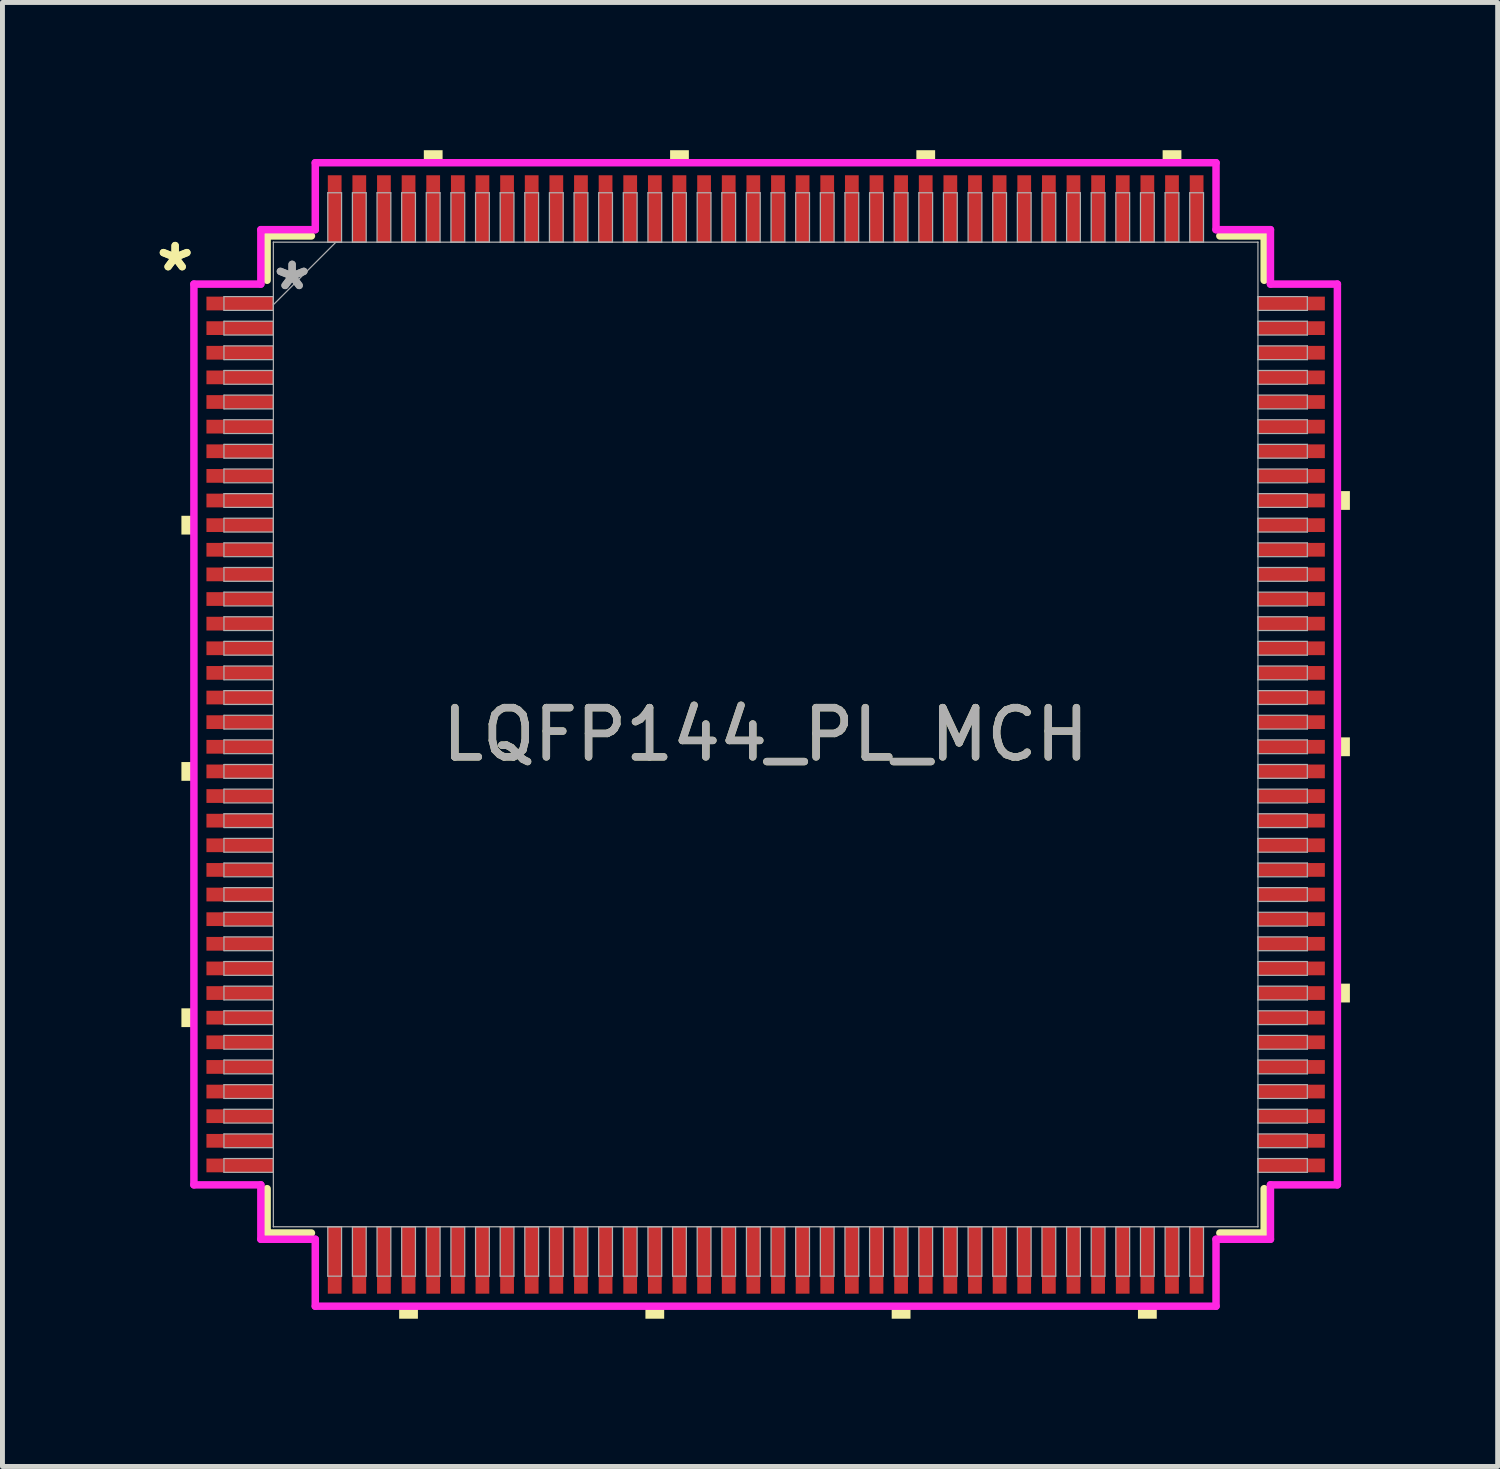
<source format=kicad_pcb>
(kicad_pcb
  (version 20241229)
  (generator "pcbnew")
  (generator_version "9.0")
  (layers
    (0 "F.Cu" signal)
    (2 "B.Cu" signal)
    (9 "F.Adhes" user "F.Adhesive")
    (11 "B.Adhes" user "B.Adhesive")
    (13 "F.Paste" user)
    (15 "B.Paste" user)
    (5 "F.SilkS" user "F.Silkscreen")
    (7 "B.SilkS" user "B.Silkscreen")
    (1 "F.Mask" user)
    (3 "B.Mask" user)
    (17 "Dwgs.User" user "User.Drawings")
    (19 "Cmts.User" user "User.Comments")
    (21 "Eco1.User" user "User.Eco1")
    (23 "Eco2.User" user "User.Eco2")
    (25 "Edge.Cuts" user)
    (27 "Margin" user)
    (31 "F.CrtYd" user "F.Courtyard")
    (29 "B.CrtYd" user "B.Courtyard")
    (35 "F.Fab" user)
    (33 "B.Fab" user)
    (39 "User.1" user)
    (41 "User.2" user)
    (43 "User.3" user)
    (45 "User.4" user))
  (footprint "LQFP144_PL_MCH"
    (layer "F.Cu")
    (at 12.495 11.862)
    (property "Reference" "LQFP144_PL_MCH" (at 0 0 0) (unlocked yes) (layer "F.SilkS") (effects (font (size 1 1) (thickness 0.15))))
    (attr smd)
    (fp_line (start -10.122 -10.122) (end -10.122 -9.222) (stroke (width 0.152) (type solid)) (layer "F.SilkS"))
    (fp_line (start -10.122 9.222) (end -10.122 10.122) (stroke (width 0.152) (type solid)) (layer "F.SilkS"))
    (fp_line (start -10.122 10.122) (end -9.222 10.122) (stroke (width 0.152) (type solid)) (layer "F.SilkS"))
    (fp_line (start -9.222 -10.122) (end -10.122 -10.122) (stroke (width 0.152) (type solid)) (layer "F.SilkS"))
    (fp_line (start 9.222 10.122) (end 10.122 10.122) (stroke (width 0.152) (type solid)) (layer "F.SilkS"))
    (fp_line (start 10.122 -10.122) (end 9.222 -10.122) (stroke (width 0.152) (type solid)) (layer "F.SilkS"))
    (fp_line (start 10.122 -9.222) (end 10.122 -10.122) (stroke (width 0.152) (type solid)) (layer "F.SilkS"))
    (fp_line (start 10.122 10.122) (end 10.122 9.222) (stroke (width 0.152) (type solid)) (layer "F.SilkS"))
    (fp_poly (pts (xy -11.862 -4.44) (xy -11.862 -4.059) (xy -11.608 -4.059) (xy -11.608 -4.44)) (stroke (width 0) (type solid)) (fill yes) (layer "F.SilkS"))
    (fp_poly (pts (xy -11.862 0.56) (xy -11.862 0.941) (xy -11.608 0.941) (xy -11.608 0.56)) (stroke (width 0) (type solid)) (fill yes) (layer "F.SilkS"))
    (fp_poly (pts (xy -11.862 5.56) (xy -11.862 5.941) (xy -11.608 5.941) (xy -11.608 5.56)) (stroke (width 0) (type solid)) (fill yes) (layer "F.SilkS"))
    (fp_poly (pts (xy -7.441 11.608) (xy -7.441 11.862) (xy -7.06 11.862) (xy -7.06 11.608)) (stroke (width 0) (type solid)) (fill yes) (layer "F.SilkS"))
    (fp_poly (pts (xy -6.94 -11.608) (xy -6.94 -11.862) (xy -6.559 -11.862) (xy -6.559 -11.608)) (stroke (width 0) (type solid)) (fill yes) (layer "F.SilkS"))
    (fp_poly (pts (xy -2.441 11.608) (xy -2.441 11.862) (xy -2.06 11.862) (xy -2.06 11.608)) (stroke (width 0) (type solid)) (fill yes) (layer "F.SilkS"))
    (fp_poly (pts (xy -1.94 -11.608) (xy -1.94 -11.862) (xy -1.559 -11.862) (xy -1.559 -11.608)) (stroke (width 0) (type solid)) (fill yes) (layer "F.SilkS"))
    (fp_poly (pts (xy 2.559 11.608) (xy 2.559 11.862) (xy 2.941 11.862) (xy 2.941 11.608)) (stroke (width 0) (type solid)) (fill yes) (layer "F.SilkS"))
    (fp_poly (pts (xy 3.06 -11.608) (xy 3.06 -11.862) (xy 3.441 -11.862) (xy 3.441 -11.608)) (stroke (width 0) (type solid)) (fill yes) (layer "F.SilkS"))
    (fp_poly (pts (xy 7.559 11.608) (xy 7.559 11.862) (xy 7.941 11.862) (xy 7.941 11.608)) (stroke (width 0) (type solid)) (fill yes) (layer "F.SilkS"))
    (fp_poly (pts (xy 8.06 -11.608) (xy 8.06 -11.862) (xy 8.441 -11.862) (xy 8.441 -11.608)) (stroke (width 0) (type solid)) (fill yes) (layer "F.SilkS"))
    (fp_poly (pts (xy 11.862 -4.941) (xy 11.862 -4.56) (xy 11.608 -4.56) (xy 11.608 -4.941)) (stroke (width 0) (type solid)) (fill yes) (layer "F.SilkS"))
    (fp_poly (pts (xy 11.862 0.059) (xy 11.862 0.441) (xy 11.608 0.441) (xy 11.608 0.059)) (stroke (width 0) (type solid)) (fill yes) (layer "F.SilkS"))
    (fp_poly (pts (xy 11.862 5.059) (xy 11.862 5.441) (xy 11.608 5.441) (xy 11.608 5.059)) (stroke (width 0) (type solid)) (fill yes) (layer "F.SilkS"))
    (fp_line (start -11.608 -9.144) (end -10.249 -9.144) (stroke (width 0.152) (type solid)) (layer "F.CrtYd"))
    (fp_line (start -11.608 9.144) (end -11.608 -9.144) (stroke (width 0.152) (type solid)) (layer "F.CrtYd"))
    (fp_line (start -10.249 -10.249) (end -9.144 -10.249) (stroke (width 0.152) (type solid)) (layer "F.CrtYd"))
    (fp_line (start -10.249 -9.144) (end -10.249 -10.249) (stroke (width 0.152) (type solid)) (layer "F.CrtYd"))
    (fp_line (start -10.249 9.144) (end -11.608 9.144) (stroke (width 0.152) (type solid)) (layer "F.CrtYd"))
    (fp_line (start -10.249 10.249) (end -10.249 9.144) (stroke (width 0.152) (type solid)) (layer "F.CrtYd"))
    (fp_line (start -10.249 10.249) (end -9.144 10.249) (stroke (width 0.152) (type solid)) (layer "F.CrtYd"))
    (fp_line (start -9.144 -11.608) (end 9.144 -11.608) (stroke (width 0.152) (type solid)) (layer "F.CrtYd"))
    (fp_line (start -9.144 -10.249) (end -9.144 -11.608) (stroke (width 0.152) (type solid)) (layer "F.CrtYd"))
    (fp_line (start -9.144 10.249) (end -9.144 11.608) (stroke (width 0.152) (type solid)) (layer "F.CrtYd"))
    (fp_line (start -9.144 11.608) (end 9.144 11.608) (stroke (width 0.152) (type solid)) (layer "F.CrtYd"))
    (fp_line (start 9.144 -11.608) (end 9.144 -10.249) (stroke (width 0.152) (type solid)) (layer "F.CrtYd"))
    (fp_line (start 9.144 -10.249) (end 10.249 -10.249) (stroke (width 0.152) (type solid)) (layer "F.CrtYd"))
    (fp_line (start 9.144 10.249) (end 10.249 10.249) (stroke (width 0.152) (type solid)) (layer "F.CrtYd"))
    (fp_line (start 9.144 11.608) (end 9.144 10.249) (stroke (width 0.152) (type solid)) (layer "F.CrtYd"))
    (fp_line (start 10.249 -9.144) (end 10.249 -10.249) (stroke (width 0.152) (type solid)) (layer "F.CrtYd"))
    (fp_line (start 10.249 9.144) (end 11.608 9.144) (stroke (width 0.152) (type solid)) (layer "F.CrtYd"))
    (fp_line (start 10.249 10.249) (end 10.249 9.144) (stroke (width 0.152) (type solid)) (layer "F.CrtYd"))
    (fp_line (start 11.608 -9.144) (end 10.249 -9.144) (stroke (width 0.152) (type solid)) (layer "F.CrtYd"))
    (fp_line (start 11.608 9.144) (end 11.608 -9.144) (stroke (width 0.152) (type solid)) (layer "F.CrtYd"))
    (fp_line (start -10.998 -8.89) (end -10.998 -8.61) (stroke (width 0.025) (type solid)) (layer "F.Fab"))
    (fp_line (start -10.998 -8.61) (end -9.995 -8.61) (stroke (width 0.025) (type solid)) (layer "F.Fab"))
    (fp_line (start -10.998 -8.39) (end -10.998 -8.11) (stroke (width 0.025) (type solid)) (layer "F.Fab"))
    (fp_line (start -10.998 -8.11) (end -9.995 -8.11) (stroke (width 0.025) (type solid)) (layer "F.Fab"))
    (fp_line (start -10.998 -7.89) (end -10.998 -7.61) (stroke (width 0.025) (type solid)) (layer "F.Fab"))
    (fp_line (start -10.998 -7.61) (end -9.995 -7.61) (stroke (width 0.025) (type solid)) (layer "F.Fab"))
    (fp_line (start -10.998 -7.39) (end -10.998 -7.11) (stroke (width 0.025) (type solid)) (layer "F.Fab"))
    (fp_line (start -10.998 -7.11) (end -9.995 -7.11) (stroke (width 0.025) (type solid)) (layer "F.Fab"))
    (fp_line (start -10.998 -6.89) (end -10.998 -6.61) (stroke (width 0.025) (type solid)) (layer "F.Fab"))
    (fp_line (start -10.998 -6.61) (end -9.995 -6.61) (stroke (width 0.025) (type solid)) (layer "F.Fab"))
    (fp_line (start -10.998 -6.39) (end -10.998 -6.11) (stroke (width 0.025) (type solid)) (layer "F.Fab"))
    (fp_line (start -10.998 -6.11) (end -9.995 -6.11) (stroke (width 0.025) (type solid)) (layer "F.Fab"))
    (fp_line (start -10.998 -5.89) (end -10.998 -5.61) (stroke (width 0.025) (type solid)) (layer "F.Fab"))
    (fp_line (start -10.998 -5.61) (end -9.995 -5.61) (stroke (width 0.025) (type solid)) (layer "F.Fab"))
    (fp_line (start -10.998 -5.39) (end -10.998 -5.11) (stroke (width 0.025) (type solid)) (layer "F.Fab"))
    (fp_line (start -10.998 -5.11) (end -9.995 -5.11) (stroke (width 0.025) (type solid)) (layer "F.Fab"))
    (fp_line (start -10.998 -4.89) (end -10.998 -4.61) (stroke (width 0.025) (type solid)) (layer "F.Fab"))
    (fp_line (start -10.998 -4.61) (end -9.995 -4.61) (stroke (width 0.025) (type solid)) (layer "F.Fab"))
    (fp_line (start -10.998 -4.39) (end -10.998 -4.11) (stroke (width 0.025) (type solid)) (layer "F.Fab"))
    (fp_line (start -10.998 -4.11) (end -9.995 -4.11) (stroke (width 0.025) (type solid)) (layer "F.Fab"))
    (fp_line (start -10.998 -3.89) (end -10.998 -3.61) (stroke (width 0.025) (type solid)) (layer "F.Fab"))
    (fp_line (start -10.998 -3.61) (end -9.995 -3.61) (stroke (width 0.025) (type solid)) (layer "F.Fab"))
    (fp_line (start -10.998 -3.39) (end -10.998 -3.11) (stroke (width 0.025) (type solid)) (layer "F.Fab"))
    (fp_line (start -10.998 -3.11) (end -9.995 -3.11) (stroke (width 0.025) (type solid)) (layer "F.Fab"))
    (fp_line (start -10.998 -2.89) (end -10.998 -2.61) (stroke (width 0.025) (type solid)) (layer "F.Fab"))
    (fp_line (start -10.998 -2.61) (end -9.995 -2.61) (stroke (width 0.025) (type solid)) (layer "F.Fab"))
    (fp_line (start -10.998 -2.39) (end -10.998 -2.11) (stroke (width 0.025) (type solid)) (layer "F.Fab"))
    (fp_line (start -10.998 -2.11) (end -9.995 -2.11) (stroke (width 0.025) (type solid)) (layer "F.Fab"))
    (fp_line (start -10.998 -1.89) (end -10.998 -1.61) (stroke (width 0.025) (type solid)) (layer "F.Fab"))
    (fp_line (start -10.998 -1.61) (end -9.995 -1.61) (stroke (width 0.025) (type solid)) (layer "F.Fab"))
    (fp_line (start -10.998 -1.39) (end -10.998 -1.11) (stroke (width 0.025) (type solid)) (layer "F.Fab"))
    (fp_line (start -10.998 -1.11) (end -9.995 -1.11) (stroke (width 0.025) (type solid)) (layer "F.Fab"))
    (fp_line (start -10.998 -0.89) (end -10.998 -0.61) (stroke (width 0.025) (type solid)) (layer "F.Fab"))
    (fp_line (start -10.998 -0.61) (end -9.995 -0.61) (stroke (width 0.025) (type solid)) (layer "F.Fab"))
    (fp_line (start -10.998 -0.39) (end -10.998 -0.11) (stroke (width 0.025) (type solid)) (layer "F.Fab"))
    (fp_line (start -10.998 -0.11) (end -9.995 -0.11) (stroke (width 0.025) (type solid)) (layer "F.Fab"))
    (fp_line (start -10.998 0.11) (end -10.998 0.39) (stroke (width 0.025) (type solid)) (layer "F.Fab"))
    (fp_line (start -10.998 0.39) (end -9.995 0.39) (stroke (width 0.025) (type solid)) (layer "F.Fab"))
    (fp_line (start -10.998 0.61) (end -10.998 0.89) (stroke (width 0.025) (type solid)) (layer "F.Fab"))
    (fp_line (start -10.998 0.89) (end -9.995 0.89) (stroke (width 0.025) (type solid)) (layer "F.Fab"))
    (fp_line (start -10.998 1.11) (end -10.998 1.39) (stroke (width 0.025) (type solid)) (layer "F.Fab"))
    (fp_line (start -10.998 1.39) (end -9.995 1.39) (stroke (width 0.025) (type solid)) (layer "F.Fab"))
    (fp_line (start -10.998 1.61) (end -10.998 1.89) (stroke (width 0.025) (type solid)) (layer "F.Fab"))
    (fp_line (start -10.998 1.89) (end -9.995 1.89) (stroke (width 0.025) (type solid)) (layer "F.Fab"))
    (fp_line (start -10.998 2.11) (end -10.998 2.39) (stroke (width 0.025) (type solid)) (layer "F.Fab"))
    (fp_line (start -10.998 2.39) (end -9.995 2.39) (stroke (width 0.025) (type solid)) (layer "F.Fab"))
    (fp_line (start -10.998 2.61) (end -10.998 2.89) (stroke (width 0.025) (type solid)) (layer "F.Fab"))
    (fp_line (start -10.998 2.89) (end -9.995 2.89) (stroke (width 0.025) (type solid)) (layer "F.Fab"))
    (fp_line (start -10.998 3.11) (end -10.998 3.39) (stroke (width 0.025) (type solid)) (layer "F.Fab"))
    (fp_line (start -10.998 3.39) (end -9.995 3.39) (stroke (width 0.025) (type solid)) (layer "F.Fab"))
    (fp_line (start -10.998 3.61) (end -10.998 3.89) (stroke (width 0.025) (type solid)) (layer "F.Fab"))
    (fp_line (start -10.998 3.89) (end -9.995 3.89) (stroke (width 0.025) (type solid)) (layer "F.Fab"))
    (fp_line (start -10.998 4.11) (end -10.998 4.39) (stroke (width 0.025) (type solid)) (layer "F.Fab"))
    (fp_line (start -10.998 4.39) (end -9.995 4.39) (stroke (width 0.025) (type solid)) (layer "F.Fab"))
    (fp_line (start -10.998 4.61) (end -10.998 4.89) (stroke (width 0.025) (type solid)) (layer "F.Fab"))
    (fp_line (start -10.998 4.89) (end -9.995 4.89) (stroke (width 0.025) (type solid)) (layer "F.Fab"))
    (fp_line (start -10.998 5.11) (end -10.998 5.39) (stroke (width 0.025) (type solid)) (layer "F.Fab"))
    (fp_line (start -10.998 5.39) (end -9.995 5.39) (stroke (width 0.025) (type solid)) (layer "F.Fab"))
    (fp_line (start -10.998 5.61) (end -10.998 5.89) (stroke (width 0.025) (type solid)) (layer "F.Fab"))
    (fp_line (start -10.998 5.89) (end -9.995 5.89) (stroke (width 0.025) (type solid)) (layer "F.Fab"))
    (fp_line (start -10.998 6.11) (end -10.998 6.39) (stroke (width 0.025) (type solid)) (layer "F.Fab"))
    (fp_line (start -10.998 6.39) (end -9.995 6.39) (stroke (width 0.025) (type solid)) (layer "F.Fab"))
    (fp_line (start -10.998 6.61) (end -10.998 6.89) (stroke (width 0.025) (type solid)) (layer "F.Fab"))
    (fp_line (start -10.998 6.89) (end -9.995 6.89) (stroke (width 0.025) (type solid)) (layer "F.Fab"))
    (fp_line (start -10.998 7.11) (end -10.998 7.39) (stroke (width 0.025) (type solid)) (layer "F.Fab"))
    (fp_line (start -10.998 7.39) (end -9.995 7.39) (stroke (width 0.025) (type solid)) (layer "F.Fab"))
    (fp_line (start -10.998 7.61) (end -10.998 7.89) (stroke (width 0.025) (type solid)) (layer "F.Fab"))
    (fp_line (start -10.998 7.89) (end -9.995 7.89) (stroke (width 0.025) (type solid)) (layer "F.Fab"))
    (fp_line (start -10.998 8.11) (end -10.998 8.39) (stroke (width 0.025) (type solid)) (layer "F.Fab"))
    (fp_line (start -10.998 8.39) (end -9.995 8.39) (stroke (width 0.025) (type solid)) (layer "F.Fab"))
    (fp_line (start -10.998 8.61) (end -10.998 8.89) (stroke (width 0.025) (type solid)) (layer "F.Fab"))
    (fp_line (start -10.998 8.89) (end -9.995 8.89) (stroke (width 0.025) (type solid)) (layer "F.Fab"))
    (fp_line (start -9.995 -9.995) (end -9.995 -9.995) (stroke (width 0.025) (type solid)) (layer "F.Fab"))
    (fp_line (start -9.995 -9.995) (end -9.995 9.995) (stroke (width 0.025) (type solid)) (layer "F.Fab"))
    (fp_line (start -9.995 -8.89) (end -10.998 -8.89) (stroke (width 0.025) (type solid)) (layer "F.Fab"))
    (fp_line (start -9.995 -8.725) (end -8.725 -9.995) (stroke (width 0.025) (type solid)) (layer "F.Fab"))
    (fp_line (start -9.995 -8.61) (end -9.995 -8.89) (stroke (width 0.025) (type solid)) (layer "F.Fab"))
    (fp_line (start -9.995 -8.39) (end -10.998 -8.39) (stroke (width 0.025) (type solid)) (layer "F.Fab"))
    (fp_line (start -9.995 -8.11) (end -9.995 -8.39) (stroke (width 0.025) (type solid)) (layer "F.Fab"))
    (fp_line (start -9.995 -7.89) (end -10.998 -7.89) (stroke (width 0.025) (type solid)) (layer "F.Fab"))
    (fp_line (start -9.995 -7.61) (end -9.995 -7.89) (stroke (width 0.025) (type solid)) (layer "F.Fab"))
    (fp_line (start -9.995 -7.39) (end -10.998 -7.39) (stroke (width 0.025) (type solid)) (layer "F.Fab"))
    (fp_line (start -9.995 -7.11) (end -9.995 -7.39) (stroke (width 0.025) (type solid)) (layer "F.Fab"))
    (fp_line (start -9.995 -6.89) (end -10.998 -6.89) (stroke (width 0.025) (type solid)) (layer "F.Fab"))
    (fp_line (start -9.995 -6.61) (end -9.995 -6.89) (stroke (width 0.025) (type solid)) (layer "F.Fab"))
    (fp_line (start -9.995 -6.39) (end -10.998 -6.39) (stroke (width 0.025) (type solid)) (layer "F.Fab"))
    (fp_line (start -9.995 -6.11) (end -9.995 -6.39) (stroke (width 0.025) (type solid)) (layer "F.Fab"))
    (fp_line (start -9.995 -5.89) (end -10.998 -5.89) (stroke (width 0.025) (type solid)) (layer "F.Fab"))
    (fp_line (start -9.995 -5.61) (end -9.995 -5.89) (stroke (width 0.025) (type solid)) (layer "F.Fab"))
    (fp_line (start -9.995 -5.39) (end -10.998 -5.39) (stroke (width 0.025) (type solid)) (layer "F.Fab"))
    (fp_line (start -9.995 -5.11) (end -9.995 -5.39) (stroke (width 0.025) (type solid)) (layer "F.Fab"))
    (fp_line (start -9.995 -4.89) (end -10.998 -4.89) (stroke (width 0.025) (type solid)) (layer "F.Fab"))
    (fp_line (start -9.995 -4.61) (end -9.995 -4.89) (stroke (width 0.025) (type solid)) (layer "F.Fab"))
    (fp_line (start -9.995 -4.39) (end -10.998 -4.39) (stroke (width 0.025) (type solid)) (layer "F.Fab"))
    (fp_line (start -9.995 -4.11) (end -9.995 -4.39) (stroke (width 0.025) (type solid)) (layer "F.Fab"))
    (fp_line (start -9.995 -3.89) (end -10.998 -3.89) (stroke (width 0.025) (type solid)) (layer "F.Fab"))
    (fp_line (start -9.995 -3.61) (end -9.995 -3.89) (stroke (width 0.025) (type solid)) (layer "F.Fab"))
    (fp_line (start -9.995 -3.39) (end -10.998 -3.39) (stroke (width 0.025) (type solid)) (layer "F.Fab"))
    (fp_line (start -9.995 -3.11) (end -9.995 -3.39) (stroke (width 0.025) (type solid)) (layer "F.Fab"))
    (fp_line (start -9.995 -2.89) (end -10.998 -2.89) (stroke (width 0.025) (type solid)) (layer "F.Fab"))
    (fp_line (start -9.995 -2.61) (end -9.995 -2.89) (stroke (width 0.025) (type solid)) (layer "F.Fab"))
    (fp_line (start -9.995 -2.39) (end -10.998 -2.39) (stroke (width 0.025) (type solid)) (layer "F.Fab"))
    (fp_line (start -9.995 -2.11) (end -9.995 -2.39) (stroke (width 0.025) (type solid)) (layer "F.Fab"))
    (fp_line (start -9.995 -1.89) (end -10.998 -1.89) (stroke (width 0.025) (type solid)) (layer "F.Fab"))
    (fp_line (start -9.995 -1.61) (end -9.995 -1.89) (stroke (width 0.025) (type solid)) (layer "F.Fab"))
    (fp_line (start -9.995 -1.39) (end -10.998 -1.39) (stroke (width 0.025) (type solid)) (layer "F.Fab"))
    (fp_line (start -9.995 -1.11) (end -9.995 -1.39) (stroke (width 0.025) (type solid)) (layer "F.Fab"))
    (fp_line (start -9.995 -0.89) (end -10.998 -0.89) (stroke (width 0.025) (type solid)) (layer "F.Fab"))
    (fp_line (start -9.995 -0.61) (end -9.995 -0.89) (stroke (width 0.025) (type solid)) (layer "F.Fab"))
    (fp_line (start -9.995 -0.39) (end -10.998 -0.39) (stroke (width 0.025) (type solid)) (layer "F.Fab"))
    (fp_line (start -9.995 -0.11) (end -9.995 -0.39) (stroke (width 0.025) (type solid)) (layer "F.Fab"))
    (fp_line (start -9.995 0.11) (end -10.998 0.11) (stroke (width 0.025) (type solid)) (layer "F.Fab"))
    (fp_line (start -9.995 0.39) (end -9.995 0.11) (stroke (width 0.025) (type solid)) (layer "F.Fab"))
    (fp_line (start -9.995 0.61) (end -10.998 0.61) (stroke (width 0.025) (type solid)) (layer "F.Fab"))
    (fp_line (start -9.995 0.89) (end -9.995 0.61) (stroke (width 0.025) (type solid)) (layer "F.Fab"))
    (fp_line (start -9.995 1.11) (end -10.998 1.11) (stroke (width 0.025) (type solid)) (layer "F.Fab"))
    (fp_line (start -9.995 1.39) (end -9.995 1.11) (stroke (width 0.025) (type solid)) (layer "F.Fab"))
    (fp_line (start -9.995 1.61) (end -10.998 1.61) (stroke (width 0.025) (type solid)) (layer "F.Fab"))
    (fp_line (start -9.995 1.89) (end -9.995 1.61) (stroke (width 0.025) (type solid)) (layer "F.Fab"))
    (fp_line (start -9.995 2.11) (end -10.998 2.11) (stroke (width 0.025) (type solid)) (layer "F.Fab"))
    (fp_line (start -9.995 2.39) (end -9.995 2.11) (stroke (width 0.025) (type solid)) (layer "F.Fab"))
    (fp_line (start -9.995 2.61) (end -10.998 2.61) (stroke (width 0.025) (type solid)) (layer "F.Fab"))
    (fp_line (start -9.995 2.89) (end -9.995 2.61) (stroke (width 0.025) (type solid)) (layer "F.Fab"))
    (fp_line (start -9.995 3.11) (end -10.998 3.11) (stroke (width 0.025) (type solid)) (layer "F.Fab"))
    (fp_line (start -9.995 3.39) (end -9.995 3.11) (stroke (width 0.025) (type solid)) (layer "F.Fab"))
    (fp_line (start -9.995 3.61) (end -10.998 3.61) (stroke (width 0.025) (type solid)) (layer "F.Fab"))
    (fp_line (start -9.995 3.89) (end -9.995 3.61) (stroke (width 0.025) (type solid)) (layer "F.Fab"))
    (fp_line (start -9.995 4.11) (end -10.998 4.11) (stroke (width 0.025) (type solid)) (layer "F.Fab"))
    (fp_line (start -9.995 4.39) (end -9.995 4.11) (stroke (width 0.025) (type solid)) (layer "F.Fab"))
    (fp_line (start -9.995 4.61) (end -10.998 4.61) (stroke (width 0.025) (type solid)) (layer "F.Fab"))
    (fp_line (start -9.995 4.89) (end -9.995 4.61) (stroke (width 0.025) (type solid)) (layer "F.Fab"))
    (fp_line (start -9.995 5.11) (end -10.998 5.11) (stroke (width 0.025) (type solid)) (layer "F.Fab"))
    (fp_line (start -9.995 5.39) (end -9.995 5.11) (stroke (width 0.025) (type solid)) (layer "F.Fab"))
    (fp_line (start -9.995 5.61) (end -10.998 5.61) (stroke (width 0.025) (type solid)) (layer "F.Fab"))
    (fp_line (start -9.995 5.89) (end -9.995 5.61) (stroke (width 0.025) (type solid)) (layer "F.Fab"))
    (fp_line (start -9.995 6.11) (end -10.998 6.11) (stroke (width 0.025) (type solid)) (layer "F.Fab"))
    (fp_line (start -9.995 6.39) (end -9.995 6.11) (stroke (width 0.025) (type solid)) (layer "F.Fab"))
    (fp_line (start -9.995 6.61) (end -10.998 6.61) (stroke (width 0.025) (type solid)) (layer "F.Fab"))
    (fp_line (start -9.995 6.89) (end -9.995 6.61) (stroke (width 0.025) (type solid)) (layer "F.Fab"))
    (fp_line (start -9.995 7.11) (end -10.998 7.11) (stroke (width 0.025) (type solid)) (layer "F.Fab"))
    (fp_line (start -9.995 7.39) (end -9.995 7.11) (stroke (width 0.025) (type solid)) (layer "F.Fab"))
    (fp_line (start -9.995 7.61) (end -10.998 7.61) (stroke (width 0.025) (type solid)) (layer "F.Fab"))
    (fp_line (start -9.995 7.89) (end -9.995 7.61) (stroke (width 0.025) (type solid)) (layer "F.Fab"))
    (fp_line (start -9.995 8.11) (end -10.998 8.11) (stroke (width 0.025) (type solid)) (layer "F.Fab"))
    (fp_line (start -9.995 8.39) (end -9.995 8.11) (stroke (width 0.025) (type solid)) (layer "F.Fab"))
    (fp_line (start -9.995 8.61) (end -10.998 8.61) (stroke (width 0.025) (type solid)) (layer "F.Fab"))
    (fp_line (start -9.995 8.89) (end -9.995 8.61) (stroke (width 0.025) (type solid)) (layer "F.Fab"))
    (fp_line (start -9.995 9.995) (end -9.995 9.995) (stroke (width 0.025) (type solid)) (layer "F.Fab"))
    (fp_line (start -9.995 9.995) (end 9.995 9.995) (stroke (width 0.025) (type solid)) (layer "F.Fab"))
    (fp_line (start -8.89 -10.998) (end -8.89 -9.995) (stroke (width 0.025) (type solid)) (layer "F.Fab"))
    (fp_line (start -8.89 -9.995) (end -8.61 -9.995) (stroke (width 0.025) (type solid)) (layer "F.Fab"))
    (fp_line (start -8.89 9.995) (end -8.89 10.998) (stroke (width 0.025) (type solid)) (layer "F.Fab"))
    (fp_line (start -8.89 10.998) (end -8.61 10.998) (stroke (width 0.025) (type solid)) (layer "F.Fab"))
    (fp_line (start -8.61 -10.998) (end -8.89 -10.998) (stroke (width 0.025) (type solid)) (layer "F.Fab"))
    (fp_line (start -8.61 -9.995) (end -8.61 -10.998) (stroke (width 0.025) (type solid)) (layer "F.Fab"))
    (fp_line (start -8.61 9.995) (end -8.89 9.995) (stroke (width 0.025) (type solid)) (layer "F.Fab"))
    (fp_line (start -8.61 10.998) (end -8.61 9.995) (stroke (width 0.025) (type solid)) (layer "F.Fab"))
    (fp_line (start -8.39 -10.998) (end -8.39 -9.995) (stroke (width 0.025) (type solid)) (layer "F.Fab"))
    (fp_line (start -8.39 -9.995) (end -8.11 -9.995) (stroke (width 0.025) (type solid)) (layer "F.Fab"))
    (fp_line (start -8.39 9.995) (end -8.39 10.998) (stroke (width 0.025) (type solid)) (layer "F.Fab"))
    (fp_line (start -8.39 10.998) (end -8.11 10.998) (stroke (width 0.025) (type solid)) (layer "F.Fab"))
    (fp_line (start -8.11 -10.998) (end -8.39 -10.998) (stroke (width 0.025) (type solid)) (layer "F.Fab"))
    (fp_line (start -8.11 -9.995) (end -8.11 -10.998) (stroke (width 0.025) (type solid)) (layer "F.Fab"))
    (fp_line (start -8.11 9.995) (end -8.39 9.995) (stroke (width 0.025) (type solid)) (layer "F.Fab"))
    (fp_line (start -8.11 10.998) (end -8.11 9.995) (stroke (width 0.025) (type solid)) (layer "F.Fab"))
    (fp_line (start -7.89 -10.998) (end -7.89 -9.995) (stroke (width 0.025) (type solid)) (layer "F.Fab"))
    (fp_line (start -7.89 -9.995) (end -7.61 -9.995) (stroke (width 0.025) (type solid)) (layer "F.Fab"))
    (fp_line (start -7.89 9.995) (end -7.89 10.998) (stroke (width 0.025) (type solid)) (layer "F.Fab"))
    (fp_line (start -7.89 10.998) (end -7.61 10.998) (stroke (width 0.025) (type solid)) (layer "F.Fab"))
    (fp_line (start -7.61 -10.998) (end -7.89 -10.998) (stroke (width 0.025) (type solid)) (layer "F.Fab"))
    (fp_line (start -7.61 -9.995) (end -7.61 -10.998) (stroke (width 0.025) (type solid)) (layer "F.Fab"))
    (fp_line (start -7.61 9.995) (end -7.89 9.995) (stroke (width 0.025) (type solid)) (layer "F.Fab"))
    (fp_line (start -7.61 10.998) (end -7.61 9.995) (stroke (width 0.025) (type solid)) (layer "F.Fab"))
    (fp_line (start -7.39 -10.998) (end -7.39 -9.995) (stroke (width 0.025) (type solid)) (layer "F.Fab"))
    (fp_line (start -7.39 -9.995) (end -7.11 -9.995) (stroke (width 0.025) (type solid)) (layer "F.Fab"))
    (fp_line (start -7.39 9.995) (end -7.39 10.998) (stroke (width 0.025) (type solid)) (layer "F.Fab"))
    (fp_line (start -7.39 10.998) (end -7.11 10.998) (stroke (width 0.025) (type solid)) (layer "F.Fab"))
    (fp_line (start -7.11 -10.998) (end -7.39 -10.998) (stroke (width 0.025) (type solid)) (layer "F.Fab"))
    (fp_line (start -7.11 -9.995) (end -7.11 -10.998) (stroke (width 0.025) (type solid)) (layer "F.Fab"))
    (fp_line (start -7.11 9.995) (end -7.39 9.995) (stroke (width 0.025) (type solid)) (layer "F.Fab"))
    (fp_line (start -7.11 10.998) (end -7.11 9.995) (stroke (width 0.025) (type solid)) (layer "F.Fab"))
    (fp_line (start -6.89 -10.998) (end -6.89 -9.995) (stroke (width 0.025) (type solid)) (layer "F.Fab"))
    (fp_line (start -6.89 -9.995) (end -6.61 -9.995) (stroke (width 0.025) (type solid)) (layer "F.Fab"))
    (fp_line (start -6.89 9.995) (end -6.89 10.998) (stroke (width 0.025) (type solid)) (layer "F.Fab"))
    (fp_line (start -6.89 10.998) (end -6.61 10.998) (stroke (width 0.025) (type solid)) (layer "F.Fab"))
    (fp_line (start -6.61 -10.998) (end -6.89 -10.998) (stroke (width 0.025) (type solid)) (layer "F.Fab"))
    (fp_line (start -6.61 -9.995) (end -6.61 -10.998) (stroke (width 0.025) (type solid)) (layer "F.Fab"))
    (fp_line (start -6.61 9.995) (end -6.89 9.995) (stroke (width 0.025) (type solid)) (layer "F.Fab"))
    (fp_line (start -6.61 10.998) (end -6.61 9.995) (stroke (width 0.025) (type solid)) (layer "F.Fab"))
    (fp_line (start -6.39 -10.998) (end -6.39 -9.995) (stroke (width 0.025) (type solid)) (layer "F.Fab"))
    (fp_line (start -6.39 -9.995) (end -6.11 -9.995) (stroke (width 0.025) (type solid)) (layer "F.Fab"))
    (fp_line (start -6.39 9.995) (end -6.39 10.998) (stroke (width 0.025) (type solid)) (layer "F.Fab"))
    (fp_line (start -6.39 10.998) (end -6.11 10.998) (stroke (width 0.025) (type solid)) (layer "F.Fab"))
    (fp_line (start -6.11 -10.998) (end -6.39 -10.998) (stroke (width 0.025) (type solid)) (layer "F.Fab"))
    (fp_line (start -6.11 -9.995) (end -6.11 -10.998) (stroke (width 0.025) (type solid)) (layer "F.Fab"))
    (fp_line (start -6.11 9.995) (end -6.39 9.995) (stroke (width 0.025) (type solid)) (layer "F.Fab"))
    (fp_line (start -6.11 10.998) (end -6.11 9.995) (stroke (width 0.025) (type solid)) (layer "F.Fab"))
    (fp_line (start -5.89 -10.998) (end -5.89 -9.995) (stroke (width 0.025) (type solid)) (layer "F.Fab"))
    (fp_line (start -5.89 -9.995) (end -5.61 -9.995) (stroke (width 0.025) (type solid)) (layer "F.Fab"))
    (fp_line (start -5.89 9.995) (end -5.89 10.998) (stroke (width 0.025) (type solid)) (layer "F.Fab"))
    (fp_line (start -5.89 10.998) (end -5.61 10.998) (stroke (width 0.025) (type solid)) (layer "F.Fab"))
    (fp_line (start -5.61 -10.998) (end -5.89 -10.998) (stroke (width 0.025) (type solid)) (layer "F.Fab"))
    (fp_line (start -5.61 -9.995) (end -5.61 -10.998) (stroke (width 0.025) (type solid)) (layer "F.Fab"))
    (fp_line (start -5.61 9.995) (end -5.89 9.995) (stroke (width 0.025) (type solid)) (layer "F.Fab"))
    (fp_line (start -5.61 10.998) (end -5.61 9.995) (stroke (width 0.025) (type solid)) (layer "F.Fab"))
    (fp_line (start -5.39 -10.998) (end -5.39 -9.995) (stroke (width 0.025) (type solid)) (layer "F.Fab"))
    (fp_line (start -5.39 -9.995) (end -5.11 -9.995) (stroke (width 0.025) (type solid)) (layer "F.Fab"))
    (fp_line (start -5.39 9.995) (end -5.39 10.998) (stroke (width 0.025) (type solid)) (layer "F.Fab"))
    (fp_line (start -5.39 10.998) (end -5.11 10.998) (stroke (width 0.025) (type solid)) (layer "F.Fab"))
    (fp_line (start -5.11 -10.998) (end -5.39 -10.998) (stroke (width 0.025) (type solid)) (layer "F.Fab"))
    (fp_line (start -5.11 -9.995) (end -5.11 -10.998) (stroke (width 0.025) (type solid)) (layer "F.Fab"))
    (fp_line (start -5.11 9.995) (end -5.39 9.995) (stroke (width 0.025) (type solid)) (layer "F.Fab"))
    (fp_line (start -5.11 10.998) (end -5.11 9.995) (stroke (width 0.025) (type solid)) (layer "F.Fab"))
    (fp_line (start -4.89 -10.998) (end -4.89 -9.995) (stroke (width 0.025) (type solid)) (layer "F.Fab"))
    (fp_line (start -4.89 -9.995) (end -4.61 -9.995) (stroke (width 0.025) (type solid)) (layer "F.Fab"))
    (fp_line (start -4.89 9.995) (end -4.89 10.998) (stroke (width 0.025) (type solid)) (layer "F.Fab"))
    (fp_line (start -4.89 10.998) (end -4.61 10.998) (stroke (width 0.025) (type solid)) (layer "F.Fab"))
    (fp_line (start -4.61 -10.998) (end -4.89 -10.998) (stroke (width 0.025) (type solid)) (layer "F.Fab"))
    (fp_line (start -4.61 -9.995) (end -4.61 -10.998) (stroke (width 0.025) (type solid)) (layer "F.Fab"))
    (fp_line (start -4.61 9.995) (end -4.89 9.995) (stroke (width 0.025) (type solid)) (layer "F.Fab"))
    (fp_line (start -4.61 10.998) (end -4.61 9.995) (stroke (width 0.025) (type solid)) (layer "F.Fab"))
    (fp_line (start -4.39 -10.998) (end -4.39 -9.995) (stroke (width 0.025) (type solid)) (layer "F.Fab"))
    (fp_line (start -4.39 -9.995) (end -4.11 -9.995) (stroke (width 0.025) (type solid)) (layer "F.Fab"))
    (fp_line (start -4.39 9.995) (end -4.39 10.998) (stroke (width 0.025) (type solid)) (layer "F.Fab"))
    (fp_line (start -4.39 10.998) (end -4.11 10.998) (stroke (width 0.025) (type solid)) (layer "F.Fab"))
    (fp_line (start -4.11 -10.998) (end -4.39 -10.998) (stroke (width 0.025) (type solid)) (layer "F.Fab"))
    (fp_line (start -4.11 -9.995) (end -4.11 -10.998) (stroke (width 0.025) (type solid)) (layer "F.Fab"))
    (fp_line (start -4.11 9.995) (end -4.39 9.995) (stroke (width 0.025) (type solid)) (layer "F.Fab"))
    (fp_line (start -4.11 10.998) (end -4.11 9.995) (stroke (width 0.025) (type solid)) (layer "F.Fab"))
    (fp_line (start -3.89 -10.998) (end -3.89 -9.995) (stroke (width 0.025) (type solid)) (layer "F.Fab"))
    (fp_line (start -3.89 -9.995) (end -3.61 -9.995) (stroke (width 0.025) (type solid)) (layer "F.Fab"))
    (fp_line (start -3.89 9.995) (end -3.89 10.998) (stroke (width 0.025) (type solid)) (layer "F.Fab"))
    (fp_line (start -3.89 10.998) (end -3.61 10.998) (stroke (width 0.025) (type solid)) (layer "F.Fab"))
    (fp_line (start -3.61 -10.998) (end -3.89 -10.998) (stroke (width 0.025) (type solid)) (layer "F.Fab"))
    (fp_line (start -3.61 -9.995) (end -3.61 -10.998) (stroke (width 0.025) (type solid)) (layer "F.Fab"))
    (fp_line (start -3.61 9.995) (end -3.89 9.995) (stroke (width 0.025) (type solid)) (layer "F.Fab"))
    (fp_line (start -3.61 10.998) (end -3.61 9.995) (stroke (width 0.025) (type solid)) (layer "F.Fab"))
    (fp_line (start -3.39 -10.998) (end -3.39 -9.995) (stroke (width 0.025) (type solid)) (layer "F.Fab"))
    (fp_line (start -3.39 -9.995) (end -3.11 -9.995) (stroke (width 0.025) (type solid)) (layer "F.Fab"))
    (fp_line (start -3.39 9.995) (end -3.39 10.998) (stroke (width 0.025) (type solid)) (layer "F.Fab"))
    (fp_line (start -3.39 10.998) (end -3.11 10.998) (stroke (width 0.025) (type solid)) (layer "F.Fab"))
    (fp_line (start -3.11 -10.998) (end -3.39 -10.998) (stroke (width 0.025) (type solid)) (layer "F.Fab"))
    (fp_line (start -3.11 -9.995) (end -3.11 -10.998) (stroke (width 0.025) (type solid)) (layer "F.Fab"))
    (fp_line (start -3.11 9.995) (end -3.39 9.995) (stroke (width 0.025) (type solid)) (layer "F.Fab"))
    (fp_line (start -3.11 10.998) (end -3.11 9.995) (stroke (width 0.025) (type solid)) (layer "F.Fab"))
    (fp_line (start -2.89 -10.998) (end -2.89 -9.995) (stroke (width 0.025) (type solid)) (layer "F.Fab"))
    (fp_line (start -2.89 -9.995) (end -2.61 -9.995) (stroke (width 0.025) (type solid)) (layer "F.Fab"))
    (fp_line (start -2.89 9.995) (end -2.89 10.998) (stroke (width 0.025) (type solid)) (layer "F.Fab"))
    (fp_line (start -2.89 10.998) (end -2.61 10.998) (stroke (width 0.025) (type solid)) (layer "F.Fab"))
    (fp_line (start -2.61 -10.998) (end -2.89 -10.998) (stroke (width 0.025) (type solid)) (layer "F.Fab"))
    (fp_line (start -2.61 -9.995) (end -2.61 -10.998) (stroke (width 0.025) (type solid)) (layer "F.Fab"))
    (fp_line (start -2.61 9.995) (end -2.89 9.995) (stroke (width 0.025) (type solid)) (layer "F.Fab"))
    (fp_line (start -2.61 10.998) (end -2.61 9.995) (stroke (width 0.025) (type solid)) (layer "F.Fab"))
    (fp_line (start -2.39 -10.998) (end -2.39 -9.995) (stroke (width 0.025) (type solid)) (layer "F.Fab"))
    (fp_line (start -2.39 -9.995) (end -2.11 -9.995) (stroke (width 0.025) (type solid)) (layer "F.Fab"))
    (fp_line (start -2.39 9.995) (end -2.39 10.998) (stroke (width 0.025) (type solid)) (layer "F.Fab"))
    (fp_line (start -2.39 10.998) (end -2.11 10.998) (stroke (width 0.025) (type solid)) (layer "F.Fab"))
    (fp_line (start -2.11 -10.998) (end -2.39 -10.998) (stroke (width 0.025) (type solid)) (layer "F.Fab"))
    (fp_line (start -2.11 -9.995) (end -2.11 -10.998) (stroke (width 0.025) (type solid)) (layer "F.Fab"))
    (fp_line (start -2.11 9.995) (end -2.39 9.995) (stroke (width 0.025) (type solid)) (layer "F.Fab"))
    (fp_line (start -2.11 10.998) (end -2.11 9.995) (stroke (width 0.025) (type solid)) (layer "F.Fab"))
    (fp_line (start -1.89 -10.998) (end -1.89 -9.995) (stroke (width 0.025) (type solid)) (layer "F.Fab"))
    (fp_line (start -1.89 -9.995) (end -1.61 -9.995) (stroke (width 0.025) (type solid)) (layer "F.Fab"))
    (fp_line (start -1.89 9.995) (end -1.89 10.998) (stroke (width 0.025) (type solid)) (layer "F.Fab"))
    (fp_line (start -1.89 10.998) (end -1.61 10.998) (stroke (width 0.025) (type solid)) (layer "F.Fab"))
    (fp_line (start -1.61 -10.998) (end -1.89 -10.998) (stroke (width 0.025) (type solid)) (layer "F.Fab"))
    (fp_line (start -1.61 -9.995) (end -1.61 -10.998) (stroke (width 0.025) (type solid)) (layer "F.Fab"))
    (fp_line (start -1.61 9.995) (end -1.89 9.995) (stroke (width 0.025) (type solid)) (layer "F.Fab"))
    (fp_line (start -1.61 10.998) (end -1.61 9.995) (stroke (width 0.025) (type solid)) (layer "F.Fab"))
    (fp_line (start -1.39 -10.998) (end -1.39 -9.995) (stroke (width 0.025) (type solid)) (layer "F.Fab"))
    (fp_line (start -1.39 -9.995) (end -1.11 -9.995) (stroke (width 0.025) (type solid)) (layer "F.Fab"))
    (fp_line (start -1.39 9.995) (end -1.39 10.998) (stroke (width 0.025) (type solid)) (layer "F.Fab"))
    (fp_line (start -1.39 10.998) (end -1.11 10.998) (stroke (width 0.025) (type solid)) (layer "F.Fab"))
    (fp_line (start -1.11 -10.998) (end -1.39 -10.998) (stroke (width 0.025) (type solid)) (layer "F.Fab"))
    (fp_line (start -1.11 -9.995) (end -1.11 -10.998) (stroke (width 0.025) (type solid)) (layer "F.Fab"))
    (fp_line (start -1.11 9.995) (end -1.39 9.995) (stroke (width 0.025) (type solid)) (layer "F.Fab"))
    (fp_line (start -1.11 10.998) (end -1.11 9.995) (stroke (width 0.025) (type solid)) (layer "F.Fab"))
    (fp_line (start -0.89 -10.998) (end -0.89 -9.995) (stroke (width 0.025) (type solid)) (layer "F.Fab"))
    (fp_line (start -0.89 -9.995) (end -0.61 -9.995) (stroke (width 0.025) (type solid)) (layer "F.Fab"))
    (fp_line (start -0.89 9.995) (end -0.89 10.998) (stroke (width 0.025) (type solid)) (layer "F.Fab"))
    (fp_line (start -0.89 10.998) (end -0.61 10.998) (stroke (width 0.025) (type solid)) (layer "F.Fab"))
    (fp_line (start -0.61 -10.998) (end -0.89 -10.998) (stroke (width 0.025) (type solid)) (layer "F.Fab"))
    (fp_line (start -0.61 -9.995) (end -0.61 -10.998) (stroke (width 0.025) (type solid)) (layer "F.Fab"))
    (fp_line (start -0.61 9.995) (end -0.89 9.995) (stroke (width 0.025) (type solid)) (layer "F.Fab"))
    (fp_line (start -0.61 10.998) (end -0.61 9.995) (stroke (width 0.025) (type solid)) (layer "F.Fab"))
    (fp_line (start -0.39 -10.998) (end -0.39 -9.995) (stroke (width 0.025) (type solid)) (layer "F.Fab"))
    (fp_line (start -0.39 -9.995) (end -0.11 -9.995) (stroke (width 0.025) (type solid)) (layer "F.Fab"))
    (fp_line (start -0.39 9.995) (end -0.39 10.998) (stroke (width 0.025) (type solid)) (layer "F.Fab"))
    (fp_line (start -0.39 10.998) (end -0.11 10.998) (stroke (width 0.025) (type solid)) (layer "F.Fab"))
    (fp_line (start -0.11 -10.998) (end -0.39 -10.998) (stroke (width 0.025) (type solid)) (layer "F.Fab"))
    (fp_line (start -0.11 -9.995) (end -0.11 -10.998) (stroke (width 0.025) (type solid)) (layer "F.Fab"))
    (fp_line (start -0.11 9.995) (end -0.39 9.995) (stroke (width 0.025) (type solid)) (layer "F.Fab"))
    (fp_line (start -0.11 10.998) (end -0.11 9.995) (stroke (width 0.025) (type solid)) (layer "F.Fab"))
    (fp_line (start 0.11 -10.998) (end 0.11 -9.995) (stroke (width 0.025) (type solid)) (layer "F.Fab"))
    (fp_line (start 0.11 -9.995) (end 0.39 -9.995) (stroke (width 0.025) (type solid)) (layer "F.Fab"))
    (fp_line (start 0.11 9.995) (end 0.11 10.998) (stroke (width 0.025) (type solid)) (layer "F.Fab"))
    (fp_line (start 0.11 10.998) (end 0.39 10.998) (stroke (width 0.025) (type solid)) (layer "F.Fab"))
    (fp_line (start 0.39 -10.998) (end 0.11 -10.998) (stroke (width 0.025) (type solid)) (layer "F.Fab"))
    (fp_line (start 0.39 -9.995) (end 0.39 -10.998) (stroke (width 0.025) (type solid)) (layer "F.Fab"))
    (fp_line (start 0.39 9.995) (end 0.11 9.995) (stroke (width 0.025) (type solid)) (layer "F.Fab"))
    (fp_line (start 0.39 10.998) (end 0.39 9.995) (stroke (width 0.025) (type solid)) (layer "F.Fab"))
    (fp_line (start 0.61 -10.998) (end 0.61 -9.995) (stroke (width 0.025) (type solid)) (layer "F.Fab"))
    (fp_line (start 0.61 -9.995) (end 0.89 -9.995) (stroke (width 0.025) (type solid)) (layer "F.Fab"))
    (fp_line (start 0.61 9.995) (end 0.61 10.998) (stroke (width 0.025) (type solid)) (layer "F.Fab"))
    (fp_line (start 0.61 10.998) (end 0.89 10.998) (stroke (width 0.025) (type solid)) (layer "F.Fab"))
    (fp_line (start 0.89 -10.998) (end 0.61 -10.998) (stroke (width 0.025) (type solid)) (layer "F.Fab"))
    (fp_line (start 0.89 -9.995) (end 0.89 -10.998) (stroke (width 0.025) (type solid)) (layer "F.Fab"))
    (fp_line (start 0.89 9.995) (end 0.61 9.995) (stroke (width 0.025) (type solid)) (layer "F.Fab"))
    (fp_line (start 0.89 10.998) (end 0.89 9.995) (stroke (width 0.025) (type solid)) (layer "F.Fab"))
    (fp_line (start 1.11 -10.998) (end 1.11 -9.995) (stroke (width 0.025) (type solid)) (layer "F.Fab"))
    (fp_line (start 1.11 -9.995) (end 1.39 -9.995) (stroke (width 0.025) (type solid)) (layer "F.Fab"))
    (fp_line (start 1.11 9.995) (end 1.11 10.998) (stroke (width 0.025) (type solid)) (layer "F.Fab"))
    (fp_line (start 1.11 10.998) (end 1.39 10.998) (stroke (width 0.025) (type solid)) (layer "F.Fab"))
    (fp_line (start 1.39 -10.998) (end 1.11 -10.998) (stroke (width 0.025) (type solid)) (layer "F.Fab"))
    (fp_line (start 1.39 -9.995) (end 1.39 -10.998) (stroke (width 0.025) (type solid)) (layer "F.Fab"))
    (fp_line (start 1.39 9.995) (end 1.11 9.995) (stroke (width 0.025) (type solid)) (layer "F.Fab"))
    (fp_line (start 1.39 10.998) (end 1.39 9.995) (stroke (width 0.025) (type solid)) (layer "F.Fab"))
    (fp_line (start 1.61 -10.998) (end 1.61 -9.995) (stroke (width 0.025) (type solid)) (layer "F.Fab"))
    (fp_line (start 1.61 -9.995) (end 1.89 -9.995) (stroke (width 0.025) (type solid)) (layer "F.Fab"))
    (fp_line (start 1.61 9.995) (end 1.61 10.998) (stroke (width 0.025) (type solid)) (layer "F.Fab"))
    (fp_line (start 1.61 10.998) (end 1.89 10.998) (stroke (width 0.025) (type solid)) (layer "F.Fab"))
    (fp_line (start 1.89 -10.998) (end 1.61 -10.998) (stroke (width 0.025) (type solid)) (layer "F.Fab"))
    (fp_line (start 1.89 -9.995) (end 1.89 -10.998) (stroke (width 0.025) (type solid)) (layer "F.Fab"))
    (fp_line (start 1.89 9.995) (end 1.61 9.995) (stroke (width 0.025) (type solid)) (layer "F.Fab"))
    (fp_line (start 1.89 10.998) (end 1.89 9.995) (stroke (width 0.025) (type solid)) (layer "F.Fab"))
    (fp_line (start 2.11 -10.998) (end 2.11 -9.995) (stroke (width 0.025) (type solid)) (layer "F.Fab"))
    (fp_line (start 2.11 -9.995) (end 2.39 -9.995) (stroke (width 0.025) (type solid)) (layer "F.Fab"))
    (fp_line (start 2.11 9.995) (end 2.11 10.998) (stroke (width 0.025) (type solid)) (layer "F.Fab"))
    (fp_line (start 2.11 10.998) (end 2.39 10.998) (stroke (width 0.025) (type solid)) (layer "F.Fab"))
    (fp_line (start 2.39 -10.998) (end 2.11 -10.998) (stroke (width 0.025) (type solid)) (layer "F.Fab"))
    (fp_line (start 2.39 -9.995) (end 2.39 -10.998) (stroke (width 0.025) (type solid)) (layer "F.Fab"))
    (fp_line (start 2.39 9.995) (end 2.11 9.995) (stroke (width 0.025) (type solid)) (layer "F.Fab"))
    (fp_line (start 2.39 10.998) (end 2.39 9.995) (stroke (width 0.025) (type solid)) (layer "F.Fab"))
    (fp_line (start 2.61 -10.998) (end 2.61 -9.995) (stroke (width 0.025) (type solid)) (layer "F.Fab"))
    (fp_line (start 2.61 -9.995) (end 2.89 -9.995) (stroke (width 0.025) (type solid)) (layer "F.Fab"))
    (fp_line (start 2.61 9.995) (end 2.61 10.998) (stroke (width 0.025) (type solid)) (layer "F.Fab"))
    (fp_line (start 2.61 10.998) (end 2.89 10.998) (stroke (width 0.025) (type solid)) (layer "F.Fab"))
    (fp_line (start 2.89 -10.998) (end 2.61 -10.998) (stroke (width 0.025) (type solid)) (layer "F.Fab"))
    (fp_line (start 2.89 -9.995) (end 2.89 -10.998) (stroke (width 0.025) (type solid)) (layer "F.Fab"))
    (fp_line (start 2.89 9.995) (end 2.61 9.995) (stroke (width 0.025) (type solid)) (layer "F.Fab"))
    (fp_line (start 2.89 10.998) (end 2.89 9.995) (stroke (width 0.025) (type solid)) (layer "F.Fab"))
    (fp_line (start 3.11 -10.998) (end 3.11 -9.995) (stroke (width 0.025) (type solid)) (layer "F.Fab"))
    (fp_line (start 3.11 -9.995) (end 3.39 -9.995) (stroke (width 0.025) (type solid)) (layer "F.Fab"))
    (fp_line (start 3.11 9.995) (end 3.11 10.998) (stroke (width 0.025) (type solid)) (layer "F.Fab"))
    (fp_line (start 3.11 10.998) (end 3.39 10.998) (stroke (width 0.025) (type solid)) (layer "F.Fab"))
    (fp_line (start 3.39 -10.998) (end 3.11 -10.998) (stroke (width 0.025) (type solid)) (layer "F.Fab"))
    (fp_line (start 3.39 -9.995) (end 3.39 -10.998) (stroke (width 0.025) (type solid)) (layer "F.Fab"))
    (fp_line (start 3.39 9.995) (end 3.11 9.995) (stroke (width 0.025) (type solid)) (layer "F.Fab"))
    (fp_line (start 3.39 10.998) (end 3.39 9.995) (stroke (width 0.025) (type solid)) (layer "F.Fab"))
    (fp_line (start 3.61 -10.998) (end 3.61 -9.995) (stroke (width 0.025) (type solid)) (layer "F.Fab"))
    (fp_line (start 3.61 -9.995) (end 3.89 -9.995) (stroke (width 0.025) (type solid)) (layer "F.Fab"))
    (fp_line (start 3.61 9.995) (end 3.61 10.998) (stroke (width 0.025) (type solid)) (layer "F.Fab"))
    (fp_line (start 3.61 10.998) (end 3.89 10.998) (stroke (width 0.025) (type solid)) (layer "F.Fab"))
    (fp_line (start 3.89 -10.998) (end 3.61 -10.998) (stroke (width 0.025) (type solid)) (layer "F.Fab"))
    (fp_line (start 3.89 -9.995) (end 3.89 -10.998) (stroke (width 0.025) (type solid)) (layer "F.Fab"))
    (fp_line (start 3.89 9.995) (end 3.61 9.995) (stroke (width 0.025) (type solid)) (layer "F.Fab"))
    (fp_line (start 3.89 10.998) (end 3.89 9.995) (stroke (width 0.025) (type solid)) (layer "F.Fab"))
    (fp_line (start 4.11 -10.998) (end 4.11 -9.995) (stroke (width 0.025) (type solid)) (layer "F.Fab"))
    (fp_line (start 4.11 -9.995) (end 4.39 -9.995) (stroke (width 0.025) (type solid)) (layer "F.Fab"))
    (fp_line (start 4.11 9.995) (end 4.11 10.998) (stroke (width 0.025) (type solid)) (layer "F.Fab"))
    (fp_line (start 4.11 10.998) (end 4.39 10.998) (stroke (width 0.025) (type solid)) (layer "F.Fab"))
    (fp_line (start 4.39 -10.998) (end 4.11 -10.998) (stroke (width 0.025) (type solid)) (layer "F.Fab"))
    (fp_line (start 4.39 -9.995) (end 4.39 -10.998) (stroke (width 0.025) (type solid)) (layer "F.Fab"))
    (fp_line (start 4.39 9.995) (end 4.11 9.995) (stroke (width 0.025) (type solid)) (layer "F.Fab"))
    (fp_line (start 4.39 10.998) (end 4.39 9.995) (stroke (width 0.025) (type solid)) (layer "F.Fab"))
    (fp_line (start 4.61 -10.998) (end 4.61 -9.995) (stroke (width 0.025) (type solid)) (layer "F.Fab"))
    (fp_line (start 4.61 -9.995) (end 4.89 -9.995) (stroke (width 0.025) (type solid)) (layer "F.Fab"))
    (fp_line (start 4.61 9.995) (end 4.61 10.998) (stroke (width 0.025) (type solid)) (layer "F.Fab"))
    (fp_line (start 4.61 10.998) (end 4.89 10.998) (stroke (width 0.025) (type solid)) (layer "F.Fab"))
    (fp_line (start 4.89 -10.998) (end 4.61 -10.998) (stroke (width 0.025) (type solid)) (layer "F.Fab"))
    (fp_line (start 4.89 -9.995) (end 4.89 -10.998) (stroke (width 0.025) (type solid)) (layer "F.Fab"))
    (fp_line (start 4.89 9.995) (end 4.61 9.995) (stroke (width 0.025) (type solid)) (layer "F.Fab"))
    (fp_line (start 4.89 10.998) (end 4.89 9.995) (stroke (width 0.025) (type solid)) (layer "F.Fab"))
    (fp_line (start 5.11 -10.998) (end 5.11 -9.995) (stroke (width 0.025) (type solid)) (layer "F.Fab"))
    (fp_line (start 5.11 -9.995) (end 5.39 -9.995) (stroke (width 0.025) (type solid)) (layer "F.Fab"))
    (fp_line (start 5.11 9.995) (end 5.11 10.998) (stroke (width 0.025) (type solid)) (layer "F.Fab"))
    (fp_line (start 5.11 10.998) (end 5.39 10.998) (stroke (width 0.025) (type solid)) (layer "F.Fab"))
    (fp_line (start 5.39 -10.998) (end 5.11 -10.998) (stroke (width 0.025) (type solid)) (layer "F.Fab"))
    (fp_line (start 5.39 -9.995) (end 5.39 -10.998) (stroke (width 0.025) (type solid)) (layer "F.Fab"))
    (fp_line (start 5.39 9.995) (end 5.11 9.995) (stroke (width 0.025) (type solid)) (layer "F.Fab"))
    (fp_line (start 5.39 10.998) (end 5.39 9.995) (stroke (width 0.025) (type solid)) (layer "F.Fab"))
    (fp_line (start 5.61 -10.998) (end 5.61 -9.995) (stroke (width 0.025) (type solid)) (layer "F.Fab"))
    (fp_line (start 5.61 -9.995) (end 5.89 -9.995) (stroke (width 0.025) (type solid)) (layer "F.Fab"))
    (fp_line (start 5.61 9.995) (end 5.61 10.998) (stroke (width 0.025) (type solid)) (layer "F.Fab"))
    (fp_line (start 5.61 10.998) (end 5.89 10.998) (stroke (width 0.025) (type solid)) (layer "F.Fab"))
    (fp_line (start 5.89 -10.998) (end 5.61 -10.998) (stroke (width 0.025) (type solid)) (layer "F.Fab"))
    (fp_line (start 5.89 -9.995) (end 5.89 -10.998) (stroke (width 0.025) (type solid)) (layer "F.Fab"))
    (fp_line (start 5.89 9.995) (end 5.61 9.995) (stroke (width 0.025) (type solid)) (layer "F.Fab"))
    (fp_line (start 5.89 10.998) (end 5.89 9.995) (stroke (width 0.025) (type solid)) (layer "F.Fab"))
    (fp_line (start 6.11 -10.998) (end 6.11 -9.995) (stroke (width 0.025) (type solid)) (layer "F.Fab"))
    (fp_line (start 6.11 -9.995) (end 6.39 -9.995) (stroke (width 0.025) (type solid)) (layer "F.Fab"))
    (fp_line (start 6.11 9.995) (end 6.11 10.998) (stroke (width 0.025) (type solid)) (layer "F.Fab"))
    (fp_line (start 6.11 10.998) (end 6.39 10.998) (stroke (width 0.025) (type solid)) (layer "F.Fab"))
    (fp_line (start 6.39 -10.998) (end 6.11 -10.998) (stroke (width 0.025) (type solid)) (layer "F.Fab"))
    (fp_line (start 6.39 -9.995) (end 6.39 -10.998) (stroke (width 0.025) (type solid)) (layer "F.Fab"))
    (fp_line (start 6.39 9.995) (end 6.11 9.995) (stroke (width 0.025) (type solid)) (layer "F.Fab"))
    (fp_line (start 6.39 10.998) (end 6.39 9.995) (stroke (width 0.025) (type solid)) (layer "F.Fab"))
    (fp_line (start 6.61 -10.998) (end 6.61 -9.995) (stroke (width 0.025) (type solid)) (layer "F.Fab"))
    (fp_line (start 6.61 -9.995) (end 6.89 -9.995) (stroke (width 0.025) (type solid)) (layer "F.Fab"))
    (fp_line (start 6.61 9.995) (end 6.61 10.998) (stroke (width 0.025) (type solid)) (layer "F.Fab"))
    (fp_line (start 6.61 10.998) (end 6.89 10.998) (stroke (width 0.025) (type solid)) (layer "F.Fab"))
    (fp_line (start 6.89 -10.998) (end 6.61 -10.998) (stroke (width 0.025) (type solid)) (layer "F.Fab"))
    (fp_line (start 6.89 -9.995) (end 6.89 -10.998) (stroke (width 0.025) (type solid)) (layer "F.Fab"))
    (fp_line (start 6.89 9.995) (end 6.61 9.995) (stroke (width 0.025) (type solid)) (layer "F.Fab"))
    (fp_line (start 6.89 10.998) (end 6.89 9.995) (stroke (width 0.025) (type solid)) (layer "F.Fab"))
    (fp_line (start 7.11 -10.998) (end 7.11 -9.995) (stroke (width 0.025) (type solid)) (layer "F.Fab"))
    (fp_line (start 7.11 -9.995) (end 7.39 -9.995) (stroke (width 0.025) (type solid)) (layer "F.Fab"))
    (fp_line (start 7.11 9.995) (end 7.11 10.998) (stroke (width 0.025) (type solid)) (layer "F.Fab"))
    (fp_line (start 7.11 10.998) (end 7.39 10.998) (stroke (width 0.025) (type solid)) (layer "F.Fab"))
    (fp_line (start 7.39 -10.998) (end 7.11 -10.998) (stroke (width 0.025) (type solid)) (layer "F.Fab"))
    (fp_line (start 7.39 -9.995) (end 7.39 -10.998) (stroke (width 0.025) (type solid)) (layer "F.Fab"))
    (fp_line (start 7.39 9.995) (end 7.11 9.995) (stroke (width 0.025) (type solid)) (layer "F.Fab"))
    (fp_line (start 7.39 10.998) (end 7.39 9.995) (stroke (width 0.025) (type solid)) (layer "F.Fab"))
    (fp_line (start 7.61 -10.998) (end 7.61 -9.995) (stroke (width 0.025) (type solid)) (layer "F.Fab"))
    (fp_line (start 7.61 -9.995) (end 7.89 -9.995) (stroke (width 0.025) (type solid)) (layer "F.Fab"))
    (fp_line (start 7.61 9.995) (end 7.61 10.998) (stroke (width 0.025) (type solid)) (layer "F.Fab"))
    (fp_line (start 7.61 10.998) (end 7.89 10.998) (stroke (width 0.025) (type solid)) (layer "F.Fab"))
    (fp_line (start 7.89 -10.998) (end 7.61 -10.998) (stroke (width 0.025) (type solid)) (layer "F.Fab"))
    (fp_line (start 7.89 -9.995) (end 7.89 -10.998) (stroke (width 0.025) (type solid)) (layer "F.Fab"))
    (fp_line (start 7.89 9.995) (end 7.61 9.995) (stroke (width 0.025) (type solid)) (layer "F.Fab"))
    (fp_line (start 7.89 10.998) (end 7.89 9.995) (stroke (width 0.025) (type solid)) (layer "F.Fab"))
    (fp_line (start 8.11 -10.998) (end 8.11 -9.995) (stroke (width 0.025) (type solid)) (layer "F.Fab"))
    (fp_line (start 8.11 -9.995) (end 8.39 -9.995) (stroke (width 0.025) (type solid)) (layer "F.Fab"))
    (fp_line (start 8.11 9.995) (end 8.11 10.998) (stroke (width 0.025) (type solid)) (layer "F.Fab"))
    (fp_line (start 8.11 10.998) (end 8.39 10.998) (stroke (width 0.025) (type solid)) (layer "F.Fab"))
    (fp_line (start 8.39 -10.998) (end 8.11 -10.998) (stroke (width 0.025) (type solid)) (layer "F.Fab"))
    (fp_line (start 8.39 -9.995) (end 8.39 -10.998) (stroke (width 0.025) (type solid)) (layer "F.Fab"))
    (fp_line (start 8.39 9.995) (end 8.11 9.995) (stroke (width 0.025) (type solid)) (layer "F.Fab"))
    (fp_line (start 8.39 10.998) (end 8.39 9.995) (stroke (width 0.025) (type solid)) (layer "F.Fab"))
    (fp_line (start 8.61 -10.998) (end 8.61 -9.995) (stroke (width 0.025) (type solid)) (layer "F.Fab"))
    (fp_line (start 8.61 -9.995) (end 8.89 -9.995) (stroke (width 0.025) (type solid)) (layer "F.Fab"))
    (fp_line (start 8.61 9.995) (end 8.61 10.998) (stroke (width 0.025) (type solid)) (layer "F.Fab"))
    (fp_line (start 8.61 10.998) (end 8.89 10.998) (stroke (width 0.025) (type solid)) (layer "F.Fab"))
    (fp_line (start 8.89 -10.998) (end 8.61 -10.998) (stroke (width 0.025) (type solid)) (layer "F.Fab"))
    (fp_line (start 8.89 -9.995) (end 8.89 -10.998) (stroke (width 0.025) (type solid)) (layer "F.Fab"))
    (fp_line (start 8.89 9.995) (end 8.61 9.995) (stroke (width 0.025) (type solid)) (layer "F.Fab"))
    (fp_line (start 8.89 10.998) (end 8.89 9.995) (stroke (width 0.025) (type solid)) (layer "F.Fab"))
    (fp_line (start 9.995 -9.995) (end -9.995 -9.995) (stroke (width 0.025) (type solid)) (layer "F.Fab"))
    (fp_line (start 9.995 -9.995) (end 9.995 -9.995) (stroke (width 0.025) (type solid)) (layer "F.Fab"))
    (fp_line (start 9.995 -8.89) (end 9.995 -8.61) (stroke (width 0.025) (type solid)) (layer "F.Fab"))
    (fp_line (start 9.995 -8.61) (end 10.998 -8.61) (stroke (width 0.025) (type solid)) (layer "F.Fab"))
    (fp_line (start 9.995 -8.39) (end 9.995 -8.11) (stroke (width 0.025) (type solid)) (layer "F.Fab"))
    (fp_line (start 9.995 -8.11) (end 10.998 -8.11) (stroke (width 0.025) (type solid)) (layer "F.Fab"))
    (fp_line (start 9.995 -7.89) (end 9.995 -7.61) (stroke (width 0.025) (type solid)) (layer "F.Fab"))
    (fp_line (start 9.995 -7.61) (end 10.998 -7.61) (stroke (width 0.025) (type solid)) (layer "F.Fab"))
    (fp_line (start 9.995 -7.39) (end 9.995 -7.11) (stroke (width 0.025) (type solid)) (layer "F.Fab"))
    (fp_line (start 9.995 -7.11) (end 10.998 -7.11) (stroke (width 0.025) (type solid)) (layer "F.Fab"))
    (fp_line (start 9.995 -6.89) (end 9.995 -6.61) (stroke (width 0.025) (type solid)) (layer "F.Fab"))
    (fp_line (start 9.995 -6.61) (end 10.998 -6.61) (stroke (width 0.025) (type solid)) (layer "F.Fab"))
    (fp_line (start 9.995 -6.39) (end 9.995 -6.11) (stroke (width 0.025) (type solid)) (layer "F.Fab"))
    (fp_line (start 9.995 -6.11) (end 10.998 -6.11) (stroke (width 0.025) (type solid)) (layer "F.Fab"))
    (fp_line (start 9.995 -5.89) (end 9.995 -5.61) (stroke (width 0.025) (type solid)) (layer "F.Fab"))
    (fp_line (start 9.995 -5.61) (end 10.998 -5.61) (stroke (width 0.025) (type solid)) (layer "F.Fab"))
    (fp_line (start 9.995 -5.39) (end 9.995 -5.11) (stroke (width 0.025) (type solid)) (layer "F.Fab"))
    (fp_line (start 9.995 -5.11) (end 10.998 -5.11) (stroke (width 0.025) (type solid)) (layer "F.Fab"))
    (fp_line (start 9.995 -4.89) (end 9.995 -4.61) (stroke (width 0.025) (type solid)) (layer "F.Fab"))
    (fp_line (start 9.995 -4.61) (end 10.998 -4.61) (stroke (width 0.025) (type solid)) (layer "F.Fab"))
    (fp_line (start 9.995 -4.39) (end 9.995 -4.11) (stroke (width 0.025) (type solid)) (layer "F.Fab"))
    (fp_line (start 9.995 -4.11) (end 10.998 -4.11) (stroke (width 0.025) (type solid)) (layer "F.Fab"))
    (fp_line (start 9.995 -3.89) (end 9.995 -3.61) (stroke (width 0.025) (type solid)) (layer "F.Fab"))
    (fp_line (start 9.995 -3.61) (end 10.998 -3.61) (stroke (width 0.025) (type solid)) (layer "F.Fab"))
    (fp_line (start 9.995 -3.39) (end 9.995 -3.11) (stroke (width 0.025) (type solid)) (layer "F.Fab"))
    (fp_line (start 9.995 -3.11) (end 10.998 -3.11) (stroke (width 0.025) (type solid)) (layer "F.Fab"))
    (fp_line (start 9.995 -2.89) (end 9.995 -2.61) (stroke (width 0.025) (type solid)) (layer "F.Fab"))
    (fp_line (start 9.995 -2.61) (end 10.998 -2.61) (stroke (width 0.025) (type solid)) (layer "F.Fab"))
    (fp_line (start 9.995 -2.39) (end 9.995 -2.11) (stroke (width 0.025) (type solid)) (layer "F.Fab"))
    (fp_line (start 9.995 -2.11) (end 10.998 -2.11) (stroke (width 0.025) (type solid)) (layer "F.Fab"))
    (fp_line (start 9.995 -1.89) (end 9.995 -1.61) (stroke (width 0.025) (type solid)) (layer "F.Fab"))
    (fp_line (start 9.995 -1.61) (end 10.998 -1.61) (stroke (width 0.025) (type solid)) (layer "F.Fab"))
    (fp_line (start 9.995 -1.39) (end 9.995 -1.11) (stroke (width 0.025) (type solid)) (layer "F.Fab"))
    (fp_line (start 9.995 -1.11) (end 10.998 -1.11) (stroke (width 0.025) (type solid)) (layer "F.Fab"))
    (fp_line (start 9.995 -0.89) (end 9.995 -0.61) (stroke (width 0.025) (type solid)) (layer "F.Fab"))
    (fp_line (start 9.995 -0.61) (end 10.998 -0.61) (stroke (width 0.025) (type solid)) (layer "F.Fab"))
    (fp_line (start 9.995 -0.39) (end 9.995 -0.11) (stroke (width 0.025) (type solid)) (layer "F.Fab"))
    (fp_line (start 9.995 -0.11) (end 10.998 -0.11) (stroke (width 0.025) (type solid)) (layer "F.Fab"))
    (fp_line (start 9.995 0.11) (end 9.995 0.39) (stroke (width 0.025) (type solid)) (layer "F.Fab"))
    (fp_line (start 9.995 0.39) (end 10.998 0.39) (stroke (width 0.025) (type solid)) (layer "F.Fab"))
    (fp_line (start 9.995 0.61) (end 9.995 0.89) (stroke (width 0.025) (type solid)) (layer "F.Fab"))
    (fp_line (start 9.995 0.89) (end 10.998 0.89) (stroke (width 0.025) (type solid)) (layer "F.Fab"))
    (fp_line (start 9.995 1.11) (end 9.995 1.39) (stroke (width 0.025) (type solid)) (layer "F.Fab"))
    (fp_line (start 9.995 1.39) (end 10.998 1.39) (stroke (width 0.025) (type solid)) (layer "F.Fab"))
    (fp_line (start 9.995 1.61) (end 9.995 1.89) (stroke (width 0.025) (type solid)) (layer "F.Fab"))
    (fp_line (start 9.995 1.89) (end 10.998 1.89) (stroke (width 0.025) (type solid)) (layer "F.Fab"))
    (fp_line (start 9.995 2.11) (end 9.995 2.39) (stroke (width 0.025) (type solid)) (layer "F.Fab"))
    (fp_line (start 9.995 2.39) (end 10.998 2.39) (stroke (width 0.025) (type solid)) (layer "F.Fab"))
    (fp_line (start 9.995 2.61) (end 9.995 2.89) (stroke (width 0.025) (type solid)) (layer "F.Fab"))
    (fp_line (start 9.995 2.89) (end 10.998 2.89) (stroke (width 0.025) (type solid)) (layer "F.Fab"))
    (fp_line (start 9.995 3.11) (end 9.995 3.39) (stroke (width 0.025) (type solid)) (layer "F.Fab"))
    (fp_line (start 9.995 3.39) (end 10.998 3.39) (stroke (width 0.025) (type solid)) (layer "F.Fab"))
    (fp_line (start 9.995 3.61) (end 9.995 3.89) (stroke (width 0.025) (type solid)) (layer "F.Fab"))
    (fp_line (start 9.995 3.89) (end 10.998 3.89) (stroke (width 0.025) (type solid)) (layer "F.Fab"))
    (fp_line (start 9.995 4.11) (end 9.995 4.39) (stroke (width 0.025) (type solid)) (layer "F.Fab"))
    (fp_line (start 9.995 4.39) (end 10.998 4.39) (stroke (width 0.025) (type solid)) (layer "F.Fab"))
    (fp_line (start 9.995 4.61) (end 9.995 4.89) (stroke (width 0.025) (type solid)) (layer "F.Fab"))
    (fp_line (start 9.995 4.89) (end 10.998 4.89) (stroke (width 0.025) (type solid)) (layer "F.Fab"))
    (fp_line (start 9.995 5.11) (end 9.995 5.39) (stroke (width 0.025) (type solid)) (layer "F.Fab"))
    (fp_line (start 9.995 5.39) (end 10.998 5.39) (stroke (width 0.025) (type solid)) (layer "F.Fab"))
    (fp_line (start 9.995 5.61) (end 9.995 5.89) (stroke (width 0.025) (type solid)) (layer "F.Fab"))
    (fp_line (start 9.995 5.89) (end 10.998 5.89) (stroke (width 0.025) (type solid)) (layer "F.Fab"))
    (fp_line (start 9.995 6.11) (end 9.995 6.39) (stroke (width 0.025) (type solid)) (layer "F.Fab"))
    (fp_line (start 9.995 6.39) (end 10.998 6.39) (stroke (width 0.025) (type solid)) (layer "F.Fab"))
    (fp_line (start 9.995 6.61) (end 9.995 6.89) (stroke (width 0.025) (type solid)) (layer "F.Fab"))
    (fp_line (start 9.995 6.89) (end 10.998 6.89) (stroke (width 0.025) (type solid)) (layer "F.Fab"))
    (fp_line (start 9.995 7.11) (end 9.995 7.39) (stroke (width 0.025) (type solid)) (layer "F.Fab"))
    (fp_line (start 9.995 7.39) (end 10.998 7.39) (stroke (width 0.025) (type solid)) (layer "F.Fab"))
    (fp_line (start 9.995 7.61) (end 9.995 7.89) (stroke (width 0.025) (type solid)) (layer "F.Fab"))
    (fp_line (start 9.995 7.89) (end 10.998 7.89) (stroke (width 0.025) (type solid)) (layer "F.Fab"))
    (fp_line (start 9.995 8.11) (end 9.995 8.39) (stroke (width 0.025) (type solid)) (layer "F.Fab"))
    (fp_line (start 9.995 8.39) (end 10.998 8.39) (stroke (width 0.025) (type solid)) (layer "F.Fab"))
    (fp_line (start 9.995 8.61) (end 9.995 8.89) (stroke (width 0.025) (type solid)) (layer "F.Fab"))
    (fp_line (start 9.995 8.89) (end 10.998 8.89) (stroke (width 0.025) (type solid)) (layer "F.Fab"))
    (fp_line (start 9.995 9.995) (end 9.995 -9.995) (stroke (width 0.025) (type solid)) (layer "F.Fab"))
    (fp_line (start 9.995 9.995) (end 9.995 9.995) (stroke (width 0.025) (type solid)) (layer "F.Fab"))
    (fp_line (start 10.998 -8.89) (end 9.995 -8.89) (stroke (width 0.025) (type solid)) (layer "F.Fab"))
    (fp_line (start 10.998 -8.61) (end 10.998 -8.89) (stroke (width 0.025) (type solid)) (layer "F.Fab"))
    (fp_line (start 10.998 -8.39) (end 9.995 -8.39) (stroke (width 0.025) (type solid)) (layer "F.Fab"))
    (fp_line (start 10.998 -8.11) (end 10.998 -8.39) (stroke (width 0.025) (type solid)) (layer "F.Fab"))
    (fp_line (start 10.998 -7.89) (end 9.995 -7.89) (stroke (width 0.025) (type solid)) (layer "F.Fab"))
    (fp_line (start 10.998 -7.61) (end 10.998 -7.89) (stroke (width 0.025) (type solid)) (layer "F.Fab"))
    (fp_line (start 10.998 -7.39) (end 9.995 -7.39) (stroke (width 0.025) (type solid)) (layer "F.Fab"))
    (fp_line (start 10.998 -7.11) (end 10.998 -7.39) (stroke (width 0.025) (type solid)) (layer "F.Fab"))
    (fp_line (start 10.998 -6.89) (end 9.995 -6.89) (stroke (width 0.025) (type solid)) (layer "F.Fab"))
    (fp_line (start 10.998 -6.61) (end 10.998 -6.89) (stroke (width 0.025) (type solid)) (layer "F.Fab"))
    (fp_line (start 10.998 -6.39) (end 9.995 -6.39) (stroke (width 0.025) (type solid)) (layer "F.Fab"))
    (fp_line (start 10.998 -6.11) (end 10.998 -6.39) (stroke (width 0.025) (type solid)) (layer "F.Fab"))
    (fp_line (start 10.998 -5.89) (end 9.995 -5.89) (stroke (width 0.025) (type solid)) (layer "F.Fab"))
    (fp_line (start 10.998 -5.61) (end 10.998 -5.89) (stroke (width 0.025) (type solid)) (layer "F.Fab"))
    (fp_line (start 10.998 -5.39) (end 9.995 -5.39) (stroke (width 0.025) (type solid)) (layer "F.Fab"))
    (fp_line (start 10.998 -5.11) (end 10.998 -5.39) (stroke (width 0.025) (type solid)) (layer "F.Fab"))
    (fp_line (start 10.998 -4.89) (end 9.995 -4.89) (stroke (width 0.025) (type solid)) (layer "F.Fab"))
    (fp_line (start 10.998 -4.61) (end 10.998 -4.89) (stroke (width 0.025) (type solid)) (layer "F.Fab"))
    (fp_line (start 10.998 -4.39) (end 9.995 -4.39) (stroke (width 0.025) (type solid)) (layer "F.Fab"))
    (fp_line (start 10.998 -4.11) (end 10.998 -4.39) (stroke (width 0.025) (type solid)) (layer "F.Fab"))
    (fp_line (start 10.998 -3.89) (end 9.995 -3.89) (stroke (width 0.025) (type solid)) (layer "F.Fab"))
    (fp_line (start 10.998 -3.61) (end 10.998 -3.89) (stroke (width 0.025) (type solid)) (layer "F.Fab"))
    (fp_line (start 10.998 -3.39) (end 9.995 -3.39) (stroke (width 0.025) (type solid)) (layer "F.Fab"))
    (fp_line (start 10.998 -3.11) (end 10.998 -3.39) (stroke (width 0.025) (type solid)) (layer "F.Fab"))
    (fp_line (start 10.998 -2.89) (end 9.995 -2.89) (stroke (width 0.025) (type solid)) (layer "F.Fab"))
    (fp_line (start 10.998 -2.61) (end 10.998 -2.89) (stroke (width 0.025) (type solid)) (layer "F.Fab"))
    (fp_line (start 10.998 -2.39) (end 9.995 -2.39) (stroke (width 0.025) (type solid)) (layer "F.Fab"))
    (fp_line (start 10.998 -2.11) (end 10.998 -2.39) (stroke (width 0.025) (type solid)) (layer "F.Fab"))
    (fp_line (start 10.998 -1.89) (end 9.995 -1.89) (stroke (width 0.025) (type solid)) (layer "F.Fab"))
    (fp_line (start 10.998 -1.61) (end 10.998 -1.89) (stroke (width 0.025) (type solid)) (layer "F.Fab"))
    (fp_line (start 10.998 -1.39) (end 9.995 -1.39) (stroke (width 0.025) (type solid)) (layer "F.Fab"))
    (fp_line (start 10.998 -1.11) (end 10.998 -1.39) (stroke (width 0.025) (type solid)) (layer "F.Fab"))
    (fp_line (start 10.998 -0.89) (end 9.995 -0.89) (stroke (width 0.025) (type solid)) (layer "F.Fab"))
    (fp_line (start 10.998 -0.61) (end 10.998 -0.89) (stroke (width 0.025) (type solid)) (layer "F.Fab"))
    (fp_line (start 10.998 -0.39) (end 9.995 -0.39) (stroke (width 0.025) (type solid)) (layer "F.Fab"))
    (fp_line (start 10.998 -0.11) (end 10.998 -0.39) (stroke (width 0.025) (type solid)) (layer "F.Fab"))
    (fp_line (start 10.998 0.11) (end 9.995 0.11) (stroke (width 0.025) (type solid)) (layer "F.Fab"))
    (fp_line (start 10.998 0.39) (end 10.998 0.11) (stroke (width 0.025) (type solid)) (layer "F.Fab"))
    (fp_line (start 10.998 0.61) (end 9.995 0.61) (stroke (width 0.025) (type solid)) (layer "F.Fab"))
    (fp_line (start 10.998 0.89) (end 10.998 0.61) (stroke (width 0.025) (type solid)) (layer "F.Fab"))
    (fp_line (start 10.998 1.11) (end 9.995 1.11) (stroke (width 0.025) (type solid)) (layer "F.Fab"))
    (fp_line (start 10.998 1.39) (end 10.998 1.11) (stroke (width 0.025) (type solid)) (layer "F.Fab"))
    (fp_line (start 10.998 1.61) (end 9.995 1.61) (stroke (width 0.025) (type solid)) (layer "F.Fab"))
    (fp_line (start 10.998 1.89) (end 10.998 1.61) (stroke (width 0.025) (type solid)) (layer "F.Fab"))
    (fp_line (start 10.998 2.11) (end 9.995 2.11) (stroke (width 0.025) (type solid)) (layer "F.Fab"))
    (fp_line (start 10.998 2.39) (end 10.998 2.11) (stroke (width 0.025) (type solid)) (layer "F.Fab"))
    (fp_line (start 10.998 2.61) (end 9.995 2.61) (stroke (width 0.025) (type solid)) (layer "F.Fab"))
    (fp_line (start 10.998 2.89) (end 10.998 2.61) (stroke (width 0.025) (type solid)) (layer "F.Fab"))
    (fp_line (start 10.998 3.11) (end 9.995 3.11) (stroke (width 0.025) (type solid)) (layer "F.Fab"))
    (fp_line (start 10.998 3.39) (end 10.998 3.11) (stroke (width 0.025) (type solid)) (layer "F.Fab"))
    (fp_line (start 10.998 3.61) (end 9.995 3.61) (stroke (width 0.025) (type solid)) (layer "F.Fab"))
    (fp_line (start 10.998 3.89) (end 10.998 3.61) (stroke (width 0.025) (type solid)) (layer "F.Fab"))
    (fp_line (start 10.998 4.11) (end 9.995 4.11) (stroke (width 0.025) (type solid)) (layer "F.Fab"))
    (fp_line (start 10.998 4.39) (end 10.998 4.11) (stroke (width 0.025) (type solid)) (layer "F.Fab"))
    (fp_line (start 10.998 4.61) (end 9.995 4.61) (stroke (width 0.025) (type solid)) (layer "F.Fab"))
    (fp_line (start 10.998 4.89) (end 10.998 4.61) (stroke (width 0.025) (type solid)) (layer "F.Fab"))
    (fp_line (start 10.998 5.11) (end 9.995 5.11) (stroke (width 0.025) (type solid)) (layer "F.Fab"))
    (fp_line (start 10.998 5.39) (end 10.998 5.11) (stroke (width 0.025) (type solid)) (layer "F.Fab"))
    (fp_line (start 10.998 5.61) (end 9.995 5.61) (stroke (width 0.025) (type solid)) (layer "F.Fab"))
    (fp_line (start 10.998 5.89) (end 10.998 5.61) (stroke (width 0.025) (type solid)) (layer "F.Fab"))
    (fp_line (start 10.998 6.11) (end 9.995 6.11) (stroke (width 0.025) (type solid)) (layer "F.Fab"))
    (fp_line (start 10.998 6.39) (end 10.998 6.11) (stroke (width 0.025) (type solid)) (layer "F.Fab"))
    (fp_line (start 10.998 6.61) (end 9.995 6.61) (stroke (width 0.025) (type solid)) (layer "F.Fab"))
    (fp_line (start 10.998 6.89) (end 10.998 6.61) (stroke (width 0.025) (type solid)) (layer "F.Fab"))
    (fp_line (start 10.998 7.11) (end 9.995 7.11) (stroke (width 0.025) (type solid)) (layer "F.Fab"))
    (fp_line (start 10.998 7.39) (end 10.998 7.11) (stroke (width 0.025) (type solid)) (layer "F.Fab"))
    (fp_line (start 10.998 7.61) (end 9.995 7.61) (stroke (width 0.025) (type solid)) (layer "F.Fab"))
    (fp_line (start 10.998 7.89) (end 10.998 7.61) (stroke (width 0.025) (type solid)) (layer "F.Fab"))
    (fp_line (start 10.998 8.11) (end 9.995 8.11) (stroke (width 0.025) (type solid)) (layer "F.Fab"))
    (fp_line (start 10.998 8.39) (end 10.998 8.11) (stroke (width 0.025) (type solid)) (layer "F.Fab"))
    (fp_line (start 10.998 8.61) (end 9.995 8.61) (stroke (width 0.025) (type solid)) (layer "F.Fab"))
    (fp_line (start 10.998 8.89) (end 10.998 8.61) (stroke (width 0.025) (type solid)) (layer "F.Fab"))
    (fp_text user "*" (at -11.989 -9.381 0) (layer "F.SilkS") (effects (font (size 1 1) (thickness 0.15))))
    (fp_text user "*" (at -11.989 -9.381 0) (unlocked yes) (layer "F.SilkS") (effects (font (size 1 1) (thickness 0.15))))
    (fp_text user "*" (at -9.614 -9 0) (unlocked yes) (layer "F.Fab") (effects (font (size 1 1) (thickness 0.15))))
    (fp_text user "${REFERENCE}" (at 0 0 0) (unlocked yes) (layer "F.Fab") (effects (font (size 1 1) (thickness 0.15))))
    (fp_text user "*" (at -9.614 -9 0) (layer "F.Fab") (effects (font (size 1 1) (thickness 0.15))))
    (pad "1" smd rect (at -10.674 -8.75 90) (size 0.279 1.359) (layers "F.Cu" "F.Mask" "F.Paste"))
    (pad "2" smd rect (at -10.674 -8.25 90) (size 0.279 1.359) (layers "F.Cu" "F.Mask" "F.Paste"))
    (pad "3" smd rect (at -10.674 -7.75 90) (size 0.279 1.359) (layers "F.Cu" "F.Mask" "F.Paste"))
    (pad "4" smd rect (at -10.674 -7.25 90) (size 0.279 1.359) (layers "F.Cu" "F.Mask" "F.Paste"))
    (pad "5" smd rect (at -10.674 -6.75 90) (size 0.279 1.359) (layers "F.Cu" "F.Mask" "F.Paste"))
    (pad "6" smd rect (at -10.674 -6.25 90) (size 0.279 1.359) (layers "F.Cu" "F.Mask" "F.Paste"))
    (pad "7" smd rect (at -10.674 -5.75 90) (size 0.279 1.359) (layers "F.Cu" "F.Mask" "F.Paste"))
    (pad "8" smd rect (at -10.674 -5.25 90) (size 0.279 1.359) (layers "F.Cu" "F.Mask" "F.Paste"))
    (pad "9" smd rect (at -10.674 -4.75 90) (size 0.279 1.359) (layers "F.Cu" "F.Mask" "F.Paste"))
    (pad "10" smd rect (at -10.674 -4.25 90) (size 0.279 1.359) (layers "F.Cu" "F.Mask" "F.Paste"))
    (pad "11" smd rect (at -10.674 -3.75 90) (size 0.279 1.359) (layers "F.Cu" "F.Mask" "F.Paste"))
    (pad "12" smd rect (at -10.674 -3.25 90) (size 0.279 1.359) (layers "F.Cu" "F.Mask" "F.Paste"))
    (pad "13" smd rect (at -10.674 -2.75 90) (size 0.279 1.359) (layers "F.Cu" "F.Mask" "F.Paste"))
    (pad "14" smd rect (at -10.674 -2.25 90) (size 0.279 1.359) (layers "F.Cu" "F.Mask" "F.Paste"))
    (pad "15" smd rect (at -10.674 -1.75 90) (size 0.279 1.359) (layers "F.Cu" "F.Mask" "F.Paste"))
    (pad "16" smd rect (at -10.674 -1.25 90) (size 0.279 1.359) (layers "F.Cu" "F.Mask" "F.Paste"))
    (pad "17" smd rect (at -10.674 -0.75 90) (size 0.279 1.359) (layers "F.Cu" "F.Mask" "F.Paste"))
    (pad "18" smd rect (at -10.674 -0.25 90) (size 0.279 1.359) (layers "F.Cu" "F.Mask" "F.Paste"))
    (pad "19" smd rect (at -10.674 0.25 90) (size 0.279 1.359) (layers "F.Cu" "F.Mask" "F.Paste"))
    (pad "20" smd rect (at -10.674 0.75 90) (size 0.279 1.359) (layers "F.Cu" "F.Mask" "F.Paste"))
    (pad "21" smd rect (at -10.674 1.25 90) (size 0.279 1.359) (layers "F.Cu" "F.Mask" "F.Paste"))
    (pad "22" smd rect (at -10.674 1.75 90) (size 0.279 1.359) (layers "F.Cu" "F.Mask" "F.Paste"))
    (pad "23" smd rect (at -10.674 2.25 90) (size 0.279 1.359) (layers "F.Cu" "F.Mask" "F.Paste"))
    (pad "24" smd rect (at -10.674 2.75 90) (size 0.279 1.359) (layers "F.Cu" "F.Mask" "F.Paste"))
    (pad "25" smd rect (at -10.674 3.25 90) (size 0.279 1.359) (layers "F.Cu" "F.Mask" "F.Paste"))
    (pad "26" smd rect (at -10.674 3.75 90) (size 0.279 1.359) (layers "F.Cu" "F.Mask" "F.Paste"))
    (pad "27" smd rect (at -10.674 4.25 90) (size 0.279 1.359) (layers "F.Cu" "F.Mask" "F.Paste"))
    (pad "28" smd rect (at -10.674 4.75 90) (size 0.279 1.359) (layers "F.Cu" "F.Mask" "F.Paste"))
    (pad "29" smd rect (at -10.674 5.25 90) (size 0.279 1.359) (layers "F.Cu" "F.Mask" "F.Paste"))
    (pad "30" smd rect (at -10.674 5.75 90) (size 0.279 1.359) (layers "F.Cu" "F.Mask" "F.Paste"))
    (pad "31" smd rect (at -10.674 6.25 90) (size 0.279 1.359) (layers "F.Cu" "F.Mask" "F.Paste"))
    (pad "32" smd rect (at -10.674 6.75 90) (size 0.279 1.359) (layers "F.Cu" "F.Mask" "F.Paste"))
    (pad "33" smd rect (at -10.674 7.25 90) (size 0.279 1.359) (layers "F.Cu" "F.Mask" "F.Paste"))
    (pad "34" smd rect (at -10.674 7.75 90) (size 0.279 1.359) (layers "F.Cu" "F.Mask" "F.Paste"))
    (pad "35" smd rect (at -10.674 8.25 90) (size 0.279 1.359) (layers "F.Cu" "F.Mask" "F.Paste"))
    (pad "36" smd rect (at -10.674 8.75 90) (size 0.279 1.359) (layers "F.Cu" "F.Mask" "F.Paste"))
    (pad "37" smd rect (at -8.75 10.674) (size 0.279 1.359) (layers "F.Cu" "F.Mask" "F.Paste"))
    (pad "38" smd rect (at -8.25 10.674) (size 0.279 1.359) (layers "F.Cu" "F.Mask" "F.Paste"))
    (pad "39" smd rect (at -7.75 10.674) (size 0.279 1.359) (layers "F.Cu" "F.Mask" "F.Paste"))
    (pad "40" smd rect (at -7.25 10.674) (size 0.279 1.359) (layers "F.Cu" "F.Mask" "F.Paste"))
    (pad "41" smd rect (at -6.75 10.674) (size 0.279 1.359) (layers "F.Cu" "F.Mask" "F.Paste"))
    (pad "42" smd rect (at -6.25 10.674) (size 0.279 1.359) (layers "F.Cu" "F.Mask" "F.Paste"))
    (pad "43" smd rect (at -5.75 10.674) (size 0.279 1.359) (layers "F.Cu" "F.Mask" "F.Paste"))
    (pad "44" smd rect (at -5.25 10.674) (size 0.279 1.359) (layers "F.Cu" "F.Mask" "F.Paste"))
    (pad "45" smd rect (at -4.75 10.674) (size 0.279 1.359) (layers "F.Cu" "F.Mask" "F.Paste"))
    (pad "46" smd rect (at -4.25 10.674) (size 0.279 1.359) (layers "F.Cu" "F.Mask" "F.Paste"))
    (pad "47" smd rect (at -3.75 10.674) (size 0.279 1.359) (layers "F.Cu" "F.Mask" "F.Paste"))
    (pad "48" smd rect (at -3.25 10.674) (size 0.279 1.359) (layers "F.Cu" "F.Mask" "F.Paste"))
    (pad "49" smd rect (at -2.75 10.674) (size 0.279 1.359) (layers "F.Cu" "F.Mask" "F.Paste"))
    (pad "50" smd rect (at -2.25 10.674) (size 0.279 1.359) (layers "F.Cu" "F.Mask" "F.Paste"))
    (pad "51" smd rect (at -1.75 10.674) (size 0.279 1.359) (layers "F.Cu" "F.Mask" "F.Paste"))
    (pad "52" smd rect (at -1.25 10.674) (size 0.279 1.359) (layers "F.Cu" "F.Mask" "F.Paste"))
    (pad "53" smd rect (at -0.75 10.674) (size 0.279 1.359) (layers "F.Cu" "F.Mask" "F.Paste"))
    (pad "54" smd rect (at -0.25 10.674) (size 0.279 1.359) (layers "F.Cu" "F.Mask" "F.Paste"))
    (pad "55" smd rect (at 0.25 10.674) (size 0.279 1.359) (layers "F.Cu" "F.Mask" "F.Paste"))
    (pad "56" smd rect (at 0.75 10.674) (size 0.279 1.359) (layers "F.Cu" "F.Mask" "F.Paste"))
    (pad "57" smd rect (at 1.25 10.674) (size 0.279 1.359) (layers "F.Cu" "F.Mask" "F.Paste"))
    (pad "58" smd rect (at 1.75 10.674) (size 0.279 1.359) (layers "F.Cu" "F.Mask" "F.Paste"))
    (pad "59" smd rect (at 2.25 10.674) (size 0.279 1.359) (layers "F.Cu" "F.Mask" "F.Paste"))
    (pad "60" smd rect (at 2.75 10.674) (size 0.279 1.359) (layers "F.Cu" "F.Mask" "F.Paste"))
    (pad "61" smd rect (at 3.25 10.674) (size 0.279 1.359) (layers "F.Cu" "F.Mask" "F.Paste"))
    (pad "62" smd rect (at 3.75 10.674) (size 0.279 1.359) (layers "F.Cu" "F.Mask" "F.Paste"))
    (pad "63" smd rect (at 4.25 10.674) (size 0.279 1.359) (layers "F.Cu" "F.Mask" "F.Paste"))
    (pad "64" smd rect (at 4.75 10.674) (size 0.279 1.359) (layers "F.Cu" "F.Mask" "F.Paste"))
    (pad "65" smd rect (at 5.25 10.674) (size 0.279 1.359) (layers "F.Cu" "F.Mask" "F.Paste"))
    (pad "66" smd rect (at 5.75 10.674) (size 0.279 1.359) (layers "F.Cu" "F.Mask" "F.Paste"))
    (pad "67" smd rect (at 6.25 10.674) (size 0.279 1.359) (layers "F.Cu" "F.Mask" "F.Paste"))
    (pad "68" smd rect (at 6.75 10.674) (size 0.279 1.359) (layers "F.Cu" "F.Mask" "F.Paste"))
    (pad "69" smd rect (at 7.25 10.674) (size 0.279 1.359) (layers "F.Cu" "F.Mask" "F.Paste"))
    (pad "70" smd rect (at 7.75 10.674) (size 0.279 1.359) (layers "F.Cu" "F.Mask" "F.Paste"))
    (pad "71" smd rect (at 8.25 10.674) (size 0.279 1.359) (layers "F.Cu" "F.Mask" "F.Paste"))
    (pad "72" smd rect (at 8.75 10.674) (size 0.279 1.359) (layers "F.Cu" "F.Mask" "F.Paste"))
    (pad "73" smd rect (at 10.674 8.75 90) (size 0.279 1.359) (layers "F.Cu" "F.Mask" "F.Paste"))
    (pad "74" smd rect (at 10.674 8.25 90) (size 0.279 1.359) (layers "F.Cu" "F.Mask" "F.Paste"))
    (pad "75" smd rect (at 10.674 7.75 90) (size 0.279 1.359) (layers "F.Cu" "F.Mask" "F.Paste"))
    (pad "76" smd rect (at 10.674 7.25 90) (size 0.279 1.359) (layers "F.Cu" "F.Mask" "F.Paste"))
    (pad "77" smd rect (at 10.674 6.75 90) (size 0.279 1.359) (layers "F.Cu" "F.Mask" "F.Paste"))
    (pad "78" smd rect (at 10.674 6.25 90) (size 0.279 1.359) (layers "F.Cu" "F.Mask" "F.Paste"))
    (pad "79" smd rect (at 10.674 5.75 90) (size 0.279 1.359) (layers "F.Cu" "F.Mask" "F.Paste"))
    (pad "80" smd rect (at 10.674 5.25 90) (size 0.279 1.359) (layers "F.Cu" "F.Mask" "F.Paste"))
    (pad "81" smd rect (at 10.674 4.75 90) (size 0.279 1.359) (layers "F.Cu" "F.Mask" "F.Paste"))
    (pad "82" smd rect (at 10.674 4.25 90) (size 0.279 1.359) (layers "F.Cu" "F.Mask" "F.Paste"))
    (pad "83" smd rect (at 10.674 3.75 90) (size 0.279 1.359) (layers "F.Cu" "F.Mask" "F.Paste"))
    (pad "84" smd rect (at 10.674 3.25 90) (size 0.279 1.359) (layers "F.Cu" "F.Mask" "F.Paste"))
    (pad "85" smd rect (at 10.674 2.75 90) (size 0.279 1.359) (layers "F.Cu" "F.Mask" "F.Paste"))
    (pad "86" smd rect (at 10.674 2.25 90) (size 0.279 1.359) (layers "F.Cu" "F.Mask" "F.Paste"))
    (pad "87" smd rect (at 10.674 1.75 90) (size 0.279 1.359) (layers "F.Cu" "F.Mask" "F.Paste"))
    (pad "88" smd rect (at 10.674 1.25 90) (size 0.279 1.359) (layers "F.Cu" "F.Mask" "F.Paste"))
    (pad "89" smd rect (at 10.674 0.75 90) (size 0.279 1.359) (layers "F.Cu" "F.Mask" "F.Paste"))
    (pad "90" smd rect (at 10.674 0.25 90) (size 0.279 1.359) (layers "F.Cu" "F.Mask" "F.Paste"))
    (pad "91" smd rect (at 10.674 -0.25 90) (size 0.279 1.359) (layers "F.Cu" "F.Mask" "F.Paste"))
    (pad "92" smd rect (at 10.674 -0.75 90) (size 0.279 1.359) (layers "F.Cu" "F.Mask" "F.Paste"))
    (pad "93" smd rect (at 10.674 -1.25 90) (size 0.279 1.359) (layers "F.Cu" "F.Mask" "F.Paste"))
    (pad "94" smd rect (at 10.674 -1.75 90) (size 0.279 1.359) (layers "F.Cu" "F.Mask" "F.Paste"))
    (pad "95" smd rect (at 10.674 -2.25 90) (size 0.279 1.359) (layers "F.Cu" "F.Mask" "F.Paste"))
    (pad "96" smd rect (at 10.674 -2.75 90) (size 0.279 1.359) (layers "F.Cu" "F.Mask" "F.Paste"))
    (pad "97" smd rect (at 10.674 -3.25 90) (size 0.279 1.359) (layers "F.Cu" "F.Mask" "F.Paste"))
    (pad "98" smd rect (at 10.674 -3.75 90) (size 0.279 1.359) (layers "F.Cu" "F.Mask" "F.Paste"))
    (pad "99" smd rect (at 10.674 -4.25 90) (size 0.279 1.359) (layers "F.Cu" "F.Mask" "F.Paste"))
    (pad "100" smd rect (at 10.674 -4.75 90) (size 0.279 1.359) (layers "F.Cu" "F.Mask" "F.Paste"))
    (pad "101" smd rect (at 10.674 -5.25 90) (size 0.279 1.359) (layers "F.Cu" "F.Mask" "F.Paste"))
    (pad "102" smd rect (at 10.674 -5.75 90) (size 0.279 1.359) (layers "F.Cu" "F.Mask" "F.Paste"))
    (pad "103" smd rect (at 10.674 -6.25 90) (size 0.279 1.359) (layers "F.Cu" "F.Mask" "F.Paste"))
    (pad "104" smd rect (at 10.674 -6.75 90) (size 0.279 1.359) (layers "F.Cu" "F.Mask" "F.Paste"))
    (pad "105" smd rect (at 10.674 -7.25 90) (size 0.279 1.359) (layers "F.Cu" "F.Mask" "F.Paste"))
    (pad "106" smd rect (at 10.674 -7.75 90) (size 0.279 1.359) (layers "F.Cu" "F.Mask" "F.Paste"))
    (pad "107" smd rect (at 10.674 -8.25 90) (size 0.279 1.359) (layers "F.Cu" "F.Mask" "F.Paste"))
    (pad "108" smd rect (at 10.674 -8.75 90) (size 0.279 1.359) (layers "F.Cu" "F.Mask" "F.Paste"))
    (pad "109" smd rect (at 8.75 -10.674) (size 0.279 1.359) (layers "F.Cu" "F.Mask" "F.Paste"))
    (pad "110" smd rect (at 8.25 -10.674) (size 0.279 1.359) (layers "F.Cu" "F.Mask" "F.Paste"))
    (pad "111" smd rect (at 7.75 -10.674) (size 0.279 1.359) (layers "F.Cu" "F.Mask" "F.Paste"))
    (pad "112" smd rect (at 7.25 -10.674) (size 0.279 1.359) (layers "F.Cu" "F.Mask" "F.Paste"))
    (pad "113" smd rect (at 6.75 -10.674) (size 0.279 1.359) (layers "F.Cu" "F.Mask" "F.Paste"))
    (pad "114" smd rect (at 6.25 -10.674) (size 0.279 1.359) (layers "F.Cu" "F.Mask" "F.Paste"))
    (pad "115" smd rect (at 5.75 -10.674) (size 0.279 1.359) (layers "F.Cu" "F.Mask" "F.Paste"))
    (pad "116" smd rect (at 5.25 -10.674) (size 0.279 1.359) (layers "F.Cu" "F.Mask" "F.Paste"))
    (pad "117" smd rect (at 4.75 -10.674) (size 0.279 1.359) (layers "F.Cu" "F.Mask" "F.Paste"))
    (pad "118" smd rect (at 4.25 -10.674) (size 0.279 1.359) (layers "F.Cu" "F.Mask" "F.Paste"))
    (pad "119" smd rect (at 3.75 -10.674) (size 0.279 1.359) (layers "F.Cu" "F.Mask" "F.Paste"))
    (pad "120" smd rect (at 3.25 -10.674) (size 0.279 1.359) (layers "F.Cu" "F.Mask" "F.Paste"))
    (pad "121" smd rect (at 2.75 -10.674) (size 0.279 1.359) (layers "F.Cu" "F.Mask" "F.Paste"))
    (pad "122" smd rect (at 2.25 -10.674) (size 0.279 1.359) (layers "F.Cu" "F.Mask" "F.Paste"))
    (pad "123" smd rect (at 1.75 -10.674) (size 0.279 1.359) (layers "F.Cu" "F.Mask" "F.Paste"))
    (pad "124" smd rect (at 1.25 -10.674) (size 0.279 1.359) (layers "F.Cu" "F.Mask" "F.Paste"))
    (pad "125" smd rect (at 0.75 -10.674) (size 0.279 1.359) (layers "F.Cu" "F.Mask" "F.Paste"))
    (pad "126" smd rect (at 0.25 -10.674) (size 0.279 1.359) (layers "F.Cu" "F.Mask" "F.Paste"))
    (pad "127" smd rect (at -0.25 -10.674) (size 0.279 1.359) (layers "F.Cu" "F.Mask" "F.Paste"))
    (pad "128" smd rect (at -0.75 -10.674) (size 0.279 1.359) (layers "F.Cu" "F.Mask" "F.Paste"))
    (pad "129" smd rect (at -1.25 -10.674) (size 0.279 1.359) (layers "F.Cu" "F.Mask" "F.Paste"))
    (pad "130" smd rect (at -1.75 -10.674) (size 0.279 1.359) (layers "F.Cu" "F.Mask" "F.Paste"))
    (pad "131" smd rect (at -2.25 -10.674) (size 0.279 1.359) (layers "F.Cu" "F.Mask" "F.Paste"))
    (pad "132" smd rect (at -2.75 -10.674) (size 0.279 1.359) (layers "F.Cu" "F.Mask" "F.Paste"))
    (pad "133" smd rect (at -3.25 -10.674) (size 0.279 1.359) (layers "F.Cu" "F.Mask" "F.Paste"))
    (pad "134" smd rect (at -3.75 -10.674) (size 0.279 1.359) (layers "F.Cu" "F.Mask" "F.Paste"))
    (pad "135" smd rect (at -4.25 -10.674) (size 0.279 1.359) (layers "F.Cu" "F.Mask" "F.Paste"))
    (pad "136" smd rect (at -4.75 -10.674) (size 0.279 1.359) (layers "F.Cu" "F.Mask" "F.Paste"))
    (pad "137" smd rect (at -5.25 -10.674) (size 0.279 1.359) (layers "F.Cu" "F.Mask" "F.Paste"))
    (pad "138" smd rect (at -5.75 -10.674) (size 0.279 1.359) (layers "F.Cu" "F.Mask" "F.Paste"))
    (pad "139" smd rect (at -6.25 -10.674) (size 0.279 1.359) (layers "F.Cu" "F.Mask" "F.Paste"))
    (pad "140" smd rect (at -6.75 -10.674) (size 0.279 1.359) (layers "F.Cu" "F.Mask" "F.Paste"))
    (pad "141" smd rect (at -7.25 -10.674) (size 0.279 1.359) (layers "F.Cu" "F.Mask" "F.Paste"))
    (pad "142" smd rect (at -7.75 -10.674) (size 0.279 1.359) (layers "F.Cu" "F.Mask" "F.Paste"))
    (pad "143" smd rect (at -8.25 -10.674) (size 0.279 1.359) (layers "F.Cu" "F.Mask" "F.Paste"))
    (pad "144" smd rect (at -8.75 -10.674) (size 0.279 1.359) (layers "F.Cu" "F.Mask" "F.Paste")))
  (gr_rect
    (start -3 -3)
    (end 27.357 26.724)
    (stroke (width 0.1) (type default))
    (fill no)
    (layer "Edge.Cuts")))
</source>
